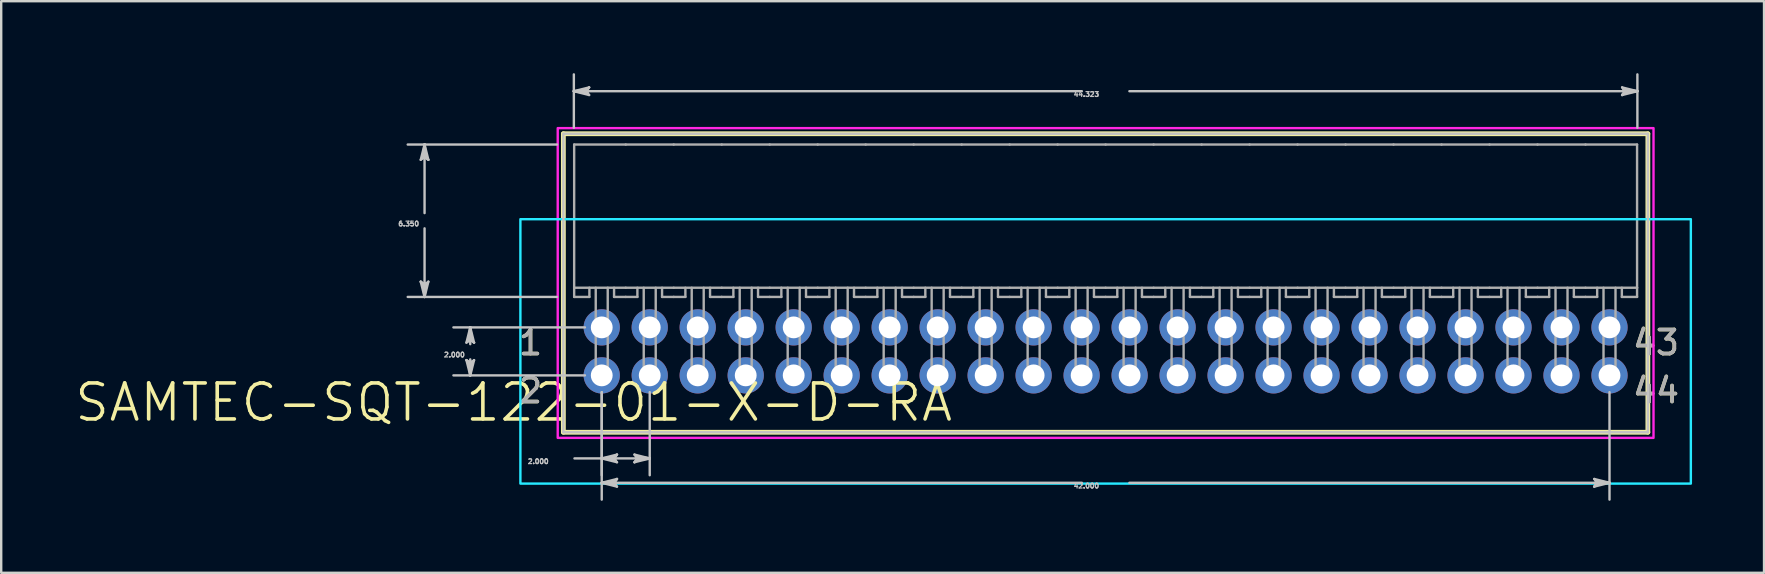
<source format=kicad_pcb>
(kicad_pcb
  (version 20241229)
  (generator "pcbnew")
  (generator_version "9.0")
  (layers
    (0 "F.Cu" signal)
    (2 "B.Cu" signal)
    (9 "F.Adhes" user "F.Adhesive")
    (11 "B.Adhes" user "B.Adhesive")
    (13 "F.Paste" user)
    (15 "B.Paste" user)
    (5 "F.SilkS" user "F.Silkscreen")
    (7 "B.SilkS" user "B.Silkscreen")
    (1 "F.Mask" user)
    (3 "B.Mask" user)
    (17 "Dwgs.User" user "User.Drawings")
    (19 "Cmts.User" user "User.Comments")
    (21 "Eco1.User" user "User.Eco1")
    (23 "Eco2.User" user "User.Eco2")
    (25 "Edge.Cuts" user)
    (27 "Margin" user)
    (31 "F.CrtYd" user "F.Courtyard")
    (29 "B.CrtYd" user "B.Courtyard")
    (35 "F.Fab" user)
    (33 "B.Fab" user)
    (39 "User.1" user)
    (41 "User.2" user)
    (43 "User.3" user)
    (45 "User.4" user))
  (footprint "SAMTEC-SQT-122-01-X-D-RA"
    (layer "F.Cu")
    (at 43.028 6.149)
    (property "Reference" "SAMTEC-SQT-122-01-X-D-RA" (at -24.668 7.574 0) (layer "F.SilkS") (effects (font (size 1.5 1.5) (thickness 0.15))))
    (attr through_hole)
    (fp_circle (center -21 4.445) (end -20.194 4.445) (stroke (width 0) (type solid)) (fill yes) (layer "F.Mask"))
    (fp_circle (center -21 6.445) (end -20.194 6.445) (stroke (width 0) (type solid)) (fill yes) (layer "F.Mask"))
    (fp_circle (center -19 4.445) (end -18.194 4.445) (stroke (width 0) (type solid)) (fill yes) (layer "F.Mask"))
    (fp_circle (center -19 6.445) (end -18.194 6.445) (stroke (width 0) (type solid)) (fill yes) (layer "F.Mask"))
    (fp_circle (center -17 4.445) (end -16.194 4.445) (stroke (width 0) (type solid)) (fill yes) (layer "F.Mask"))
    (fp_circle (center -17 6.445) (end -16.194 6.445) (stroke (width 0) (type solid)) (fill yes) (layer "F.Mask"))
    (fp_circle (center -15 4.445) (end -14.194 4.445) (stroke (width 0) (type solid)) (fill yes) (layer "F.Mask"))
    (fp_circle (center -15 6.445) (end -14.194 6.445) (stroke (width 0) (type solid)) (fill yes) (layer "F.Mask"))
    (fp_circle (center -13 4.445) (end -12.194 4.445) (stroke (width 0) (type solid)) (fill yes) (layer "F.Mask"))
    (fp_circle (center -13 6.445) (end -12.194 6.445) (stroke (width 0) (type solid)) (fill yes) (layer "F.Mask"))
    (fp_circle (center -11 4.445) (end -10.194 4.445) (stroke (width 0) (type solid)) (fill yes) (layer "F.Mask"))
    (fp_circle (center -11 6.445) (end -10.194 6.445) (stroke (width 0) (type solid)) (fill yes) (layer "F.Mask"))
    (fp_circle (center -9 4.445) (end -8.194 4.445) (stroke (width 0) (type solid)) (fill yes) (layer "F.Mask"))
    (fp_circle (center -9 6.445) (end -8.194 6.445) (stroke (width 0) (type solid)) (fill yes) (layer "F.Mask"))
    (fp_circle (center -7 4.445) (end -6.194 4.445) (stroke (width 0) (type solid)) (fill yes) (layer "F.Mask"))
    (fp_circle (center -7 6.445) (end -6.194 6.445) (stroke (width 0) (type solid)) (fill yes) (layer "F.Mask"))
    (fp_circle (center -5 4.445) (end -4.194 4.445) (stroke (width 0) (type solid)) (fill yes) (layer "F.Mask"))
    (fp_circle (center -5 6.445) (end -4.194 6.445) (stroke (width 0) (type solid)) (fill yes) (layer "F.Mask"))
    (fp_circle (center -3 4.445) (end -2.194 4.445) (stroke (width 0) (type solid)) (fill yes) (layer "F.Mask"))
    (fp_circle (center -3 6.445) (end -2.194 6.445) (stroke (width 0) (type solid)) (fill yes) (layer "F.Mask"))
    (fp_circle (center -1 4.445) (end -0.194 4.445) (stroke (width 0) (type solid)) (fill yes) (layer "F.Mask"))
    (fp_circle (center -1 6.445) (end -0.194 6.445) (stroke (width 0) (type solid)) (fill yes) (layer "F.Mask"))
    (fp_circle (center 1 4.445) (end 1.806 4.445) (stroke (width 0) (type solid)) (fill yes) (layer "F.Mask"))
    (fp_circle (center 1 6.445) (end 1.806 6.445) (stroke (width 0) (type solid)) (fill yes) (layer "F.Mask"))
    (fp_circle (center 3 4.445) (end 3.806 4.445) (stroke (width 0) (type solid)) (fill yes) (layer "F.Mask"))
    (fp_circle (center 3 6.445) (end 3.806 6.445) (stroke (width 0) (type solid)) (fill yes) (layer "F.Mask"))
    (fp_circle (center 5 4.445) (end 5.806 4.445) (stroke (width 0) (type solid)) (fill yes) (layer "F.Mask"))
    (fp_circle (center 5 6.445) (end 5.806 6.445) (stroke (width 0) (type solid)) (fill yes) (layer "F.Mask"))
    (fp_circle (center 7 4.445) (end 7.806 4.445) (stroke (width 0) (type solid)) (fill yes) (layer "F.Mask"))
    (fp_circle (center 7 6.445) (end 7.806 6.445) (stroke (width 0) (type solid)) (fill yes) (layer "F.Mask"))
    (fp_circle (center 9 4.445) (end 9.806 4.445) (stroke (width 0) (type solid)) (fill yes) (layer "F.Mask"))
    (fp_circle (center 9 6.445) (end 9.806 6.445) (stroke (width 0) (type solid)) (fill yes) (layer "F.Mask"))
    (fp_circle (center 11 4.445) (end 11.806 4.445) (stroke (width 0) (type solid)) (fill yes) (layer "F.Mask"))
    (fp_circle (center 11 6.445) (end 11.806 6.445) (stroke (width 0) (type solid)) (fill yes) (layer "F.Mask"))
    (fp_circle (center 13 4.445) (end 13.806 4.445) (stroke (width 0) (type solid)) (fill yes) (layer "F.Mask"))
    (fp_circle (center 13 6.445) (end 13.806 6.445) (stroke (width 0) (type solid)) (fill yes) (layer "F.Mask"))
    (fp_circle (center 15 4.445) (end 15.806 4.445) (stroke (width 0) (type solid)) (fill yes) (layer "F.Mask"))
    (fp_circle (center 15 6.445) (end 15.806 6.445) (stroke (width 0) (type solid)) (fill yes) (layer "F.Mask"))
    (fp_circle (center 17 4.445) (end 17.806 4.445) (stroke (width 0) (type solid)) (fill yes) (layer "F.Mask"))
    (fp_circle (center 17 6.445) (end 17.806 6.445) (stroke (width 0) (type solid)) (fill yes) (layer "F.Mask"))
    (fp_circle (center 19 4.445) (end 19.806 4.445) (stroke (width 0) (type solid)) (fill yes) (layer "F.Mask"))
    (fp_circle (center 19 6.445) (end 19.806 6.445) (stroke (width 0) (type solid)) (fill yes) (layer "F.Mask"))
    (fp_circle (center 21 4.445) (end 21.806 4.445) (stroke (width 0) (type solid)) (fill yes) (layer "F.Mask"))
    (fp_circle (center 21 6.445) (end 21.806 6.445) (stroke (width 0) (type solid)) (fill yes) (layer "F.Mask"))
    (fp_circle (center -21 4.445) (end -20.194 4.445) (stroke (width 0) (type solid)) (fill yes) (layer "B.Mask"))
    (fp_circle (center -21 6.445) (end -20.194 6.445) (stroke (width 0) (type solid)) (fill yes) (layer "B.Mask"))
    (fp_circle (center -19 4.445) (end -18.194 4.445) (stroke (width 0) (type solid)) (fill yes) (layer "B.Mask"))
    (fp_circle (center -19 6.445) (end -18.194 6.445) (stroke (width 0) (type solid)) (fill yes) (layer "B.Mask"))
    (fp_circle (center -17 4.445) (end -16.194 4.445) (stroke (width 0) (type solid)) (fill yes) (layer "B.Mask"))
    (fp_circle (center -17 6.445) (end -16.194 6.445) (stroke (width 0) (type solid)) (fill yes) (layer "B.Mask"))
    (fp_circle (center -15 4.445) (end -14.194 4.445) (stroke (width 0) (type solid)) (fill yes) (layer "B.Mask"))
    (fp_circle (center -15 6.445) (end -14.194 6.445) (stroke (width 0) (type solid)) (fill yes) (layer "B.Mask"))
    (fp_circle (center -13 4.445) (end -12.194 4.445) (stroke (width 0) (type solid)) (fill yes) (layer "B.Mask"))
    (fp_circle (center -13 6.445) (end -12.194 6.445) (stroke (width 0) (type solid)) (fill yes) (layer "B.Mask"))
    (fp_circle (center -11 4.445) (end -10.194 4.445) (stroke (width 0) (type solid)) (fill yes) (layer "B.Mask"))
    (fp_circle (center -11 6.445) (end -10.194 6.445) (stroke (width 0) (type solid)) (fill yes) (layer "B.Mask"))
    (fp_circle (center -9 4.445) (end -8.194 4.445) (stroke (width 0) (type solid)) (fill yes) (layer "B.Mask"))
    (fp_circle (center -9 6.445) (end -8.194 6.445) (stroke (width 0) (type solid)) (fill yes) (layer "B.Mask"))
    (fp_circle (center -7 4.445) (end -6.194 4.445) (stroke (width 0) (type solid)) (fill yes) (layer "B.Mask"))
    (fp_circle (center -7 6.445) (end -6.194 6.445) (stroke (width 0) (type solid)) (fill yes) (layer "B.Mask"))
    (fp_circle (center -5 4.445) (end -4.194 4.445) (stroke (width 0) (type solid)) (fill yes) (layer "B.Mask"))
    (fp_circle (center -5 6.445) (end -4.194 6.445) (stroke (width 0) (type solid)) (fill yes) (layer "B.Mask"))
    (fp_circle (center -3 4.445) (end -2.194 4.445) (stroke (width 0) (type solid)) (fill yes) (layer "B.Mask"))
    (fp_circle (center -3 6.445) (end -2.194 6.445) (stroke (width 0) (type solid)) (fill yes) (layer "B.Mask"))
    (fp_circle (center -1 4.445) (end -0.194 4.445) (stroke (width 0) (type solid)) (fill yes) (layer "B.Mask"))
    (fp_circle (center -1 6.445) (end -0.194 6.445) (stroke (width 0) (type solid)) (fill yes) (layer "B.Mask"))
    (fp_circle (center 1 4.445) (end 1.806 4.445) (stroke (width 0) (type solid)) (fill yes) (layer "B.Mask"))
    (fp_circle (center 1 6.445) (end 1.806 6.445) (stroke (width 0) (type solid)) (fill yes) (layer "B.Mask"))
    (fp_circle (center 3 4.445) (end 3.806 4.445) (stroke (width 0) (type solid)) (fill yes) (layer "B.Mask"))
    (fp_circle (center 3 6.445) (end 3.806 6.445) (stroke (width 0) (type solid)) (fill yes) (layer "B.Mask"))
    (fp_circle (center 5 4.445) (end 5.806 4.445) (stroke (width 0) (type solid)) (fill yes) (layer "B.Mask"))
    (fp_circle (center 5 6.445) (end 5.806 6.445) (stroke (width 0) (type solid)) (fill yes) (layer "B.Mask"))
    (fp_circle (center 7 4.445) (end 7.806 4.445) (stroke (width 0) (type solid)) (fill yes) (layer "B.Mask"))
    (fp_circle (center 7 6.445) (end 7.806 6.445) (stroke (width 0) (type solid)) (fill yes) (layer "B.Mask"))
    (fp_circle (center 9 4.445) (end 9.806 4.445) (stroke (width 0) (type solid)) (fill yes) (layer "B.Mask"))
    (fp_circle (center 9 6.445) (end 9.806 6.445) (stroke (width 0) (type solid)) (fill yes) (layer "B.Mask"))
    (fp_circle (center 11 4.445) (end 11.806 4.445) (stroke (width 0) (type solid)) (fill yes) (layer "B.Mask"))
    (fp_circle (center 11 6.445) (end 11.806 6.445) (stroke (width 0) (type solid)) (fill yes) (layer "B.Mask"))
    (fp_circle (center 13 4.445) (end 13.806 4.445) (stroke (width 0) (type solid)) (fill yes) (layer "B.Mask"))
    (fp_circle (center 13 6.445) (end 13.806 6.445) (stroke (width 0) (type solid)) (fill yes) (layer "B.Mask"))
    (fp_circle (center 15 4.445) (end 15.806 4.445) (stroke (width 0) (type solid)) (fill yes) (layer "B.Mask"))
    (fp_circle (center 15 6.445) (end 15.806 6.445) (stroke (width 0) (type solid)) (fill yes) (layer "B.Mask"))
    (fp_circle (center 17 4.445) (end 17.806 4.445) (stroke (width 0) (type solid)) (fill yes) (layer "B.Mask"))
    (fp_circle (center 17 6.445) (end 17.806 6.445) (stroke (width 0) (type solid)) (fill yes) (layer "B.Mask"))
    (fp_circle (center 19 4.445) (end 19.806 4.445) (stroke (width 0) (type solid)) (fill yes) (layer "B.Mask"))
    (fp_circle (center 19 6.445) (end 19.806 6.445) (stroke (width 0) (type solid)) (fill yes) (layer "B.Mask"))
    (fp_circle (center 21 4.445) (end 21.806 4.445) (stroke (width 0) (type solid)) (fill yes) (layer "B.Mask"))
    (fp_circle (center 21 6.445) (end 21.806 6.445) (stroke (width 0) (type solid)) (fill yes) (layer "B.Mask"))
    (fp_line (start -22.599 -3.625) (end -22.599 8.815) (stroke (width 0.2) (type solid)) (layer "F.SilkS"))
    (fp_line (start -22.599 8.815) (end 22.599 8.815) (stroke (width 0.2) (type solid)) (layer "F.SilkS"))
    (fp_line (start 22.599 -3.625) (end -22.599 -3.625) (stroke (width 0.2) (type solid)) (layer "F.SilkS"))
    (fp_line (start 22.599 8.815) (end 22.599 -3.625) (stroke (width 0.2) (type solid)) (layer "F.SilkS"))
    (fp_poly (pts (xy -21.255 7.425) (xy -21.255 8.415) (xy -20.745 8.415) (xy -20.745 7.425) (xy -20.744 7.414) (xy -20.743 7.402) (xy -20.741 7.391) (xy -20.737 7.381) (xy -20.733 7.37) (xy -20.728 7.36) (xy -20.721 7.35) (xy -20.715 7.341) (xy -20.707 7.333) (xy -20.699 7.325) (xy -20.69 7.319) (xy -20.68 7.312) (xy -20.67 7.307) (xy -20.66 7.303) (xy -20.649 7.299) (xy -20.638 7.297) (xy -20.626 7.295) (xy -20.615 7.295) (xy -20.15 7.295) (xy -20.15 5.595) (xy -21.85 5.595) (xy -21.85 7.295) (xy -21.385 7.295) (xy -21.374 7.295) (xy -21.362 7.297) (xy -21.351 7.299) (xy -21.34 7.303) (xy -21.33 7.307) (xy -21.32 7.312) (xy -21.31 7.319) (xy -21.301 7.325) (xy -21.293 7.333) (xy -21.285 7.341) (xy -21.279 7.35) (xy -21.272 7.36) (xy -21.267 7.37) (xy -21.263 7.381) (xy -21.259 7.391) (xy -21.257 7.402) (xy -21.256 7.414) (xy -21.255 7.425)) (stroke (width 0) (type solid)) (fill yes) (layer "F.Paste"))
    (fp_poly (pts (xy -20.745 3.465) (xy -20.745 2.475) (xy -21.255 2.475) (xy -21.255 3.465) (xy -21.256 3.476) (xy -21.257 3.488) (xy -21.259 3.499) (xy -21.263 3.509) (xy -21.267 3.52) (xy -21.272 3.53) (xy -21.279 3.54) (xy -21.285 3.549) (xy -21.293 3.557) (xy -21.301 3.565) (xy -21.31 3.571) (xy -21.32 3.578) (xy -21.33 3.583) (xy -21.34 3.587) (xy -21.351 3.591) (xy -21.362 3.593) (xy -21.374 3.595) (xy -21.385 3.595) (xy -21.85 3.595) (xy -21.85 5.295) (xy -20.15 5.295) (xy -20.15 3.595) (xy -20.615 3.595) (xy -20.626 3.595) (xy -20.638 3.593) (xy -20.649 3.591) (xy -20.66 3.587) (xy -20.67 3.583) (xy -20.68 3.578) (xy -20.69 3.571) (xy -20.699 3.565) (xy -20.707 3.557) (xy -20.715 3.549) (xy -20.721 3.54) (xy -20.728 3.53) (xy -20.733 3.52) (xy -20.737 3.509) (xy -20.741 3.499) (xy -20.743 3.488) (xy -20.744 3.476) (xy -20.745 3.465)) (stroke (width 0) (type solid)) (fill yes) (layer "F.Paste"))
    (fp_poly (pts (xy -19.255 7.425) (xy -19.255 8.415) (xy -18.745 8.415) (xy -18.745 7.425) (xy -18.744 7.414) (xy -18.743 7.402) (xy -18.741 7.391) (xy -18.737 7.381) (xy -18.733 7.37) (xy -18.728 7.36) (xy -18.721 7.35) (xy -18.715 7.341) (xy -18.707 7.333) (xy -18.699 7.325) (xy -18.69 7.319) (xy -18.68 7.312) (xy -18.67 7.307) (xy -18.66 7.303) (xy -18.649 7.299) (xy -18.638 7.297) (xy -18.626 7.295) (xy -18.615 7.295) (xy -18.15 7.295) (xy -18.15 5.595) (xy -19.85 5.595) (xy -19.85 7.295) (xy -19.385 7.295) (xy -19.374 7.295) (xy -19.362 7.297) (xy -19.351 7.299) (xy -19.34 7.303) (xy -19.33 7.307) (xy -19.32 7.312) (xy -19.31 7.319) (xy -19.301 7.325) (xy -19.293 7.333) (xy -19.285 7.341) (xy -19.279 7.35) (xy -19.272 7.36) (xy -19.267 7.37) (xy -19.263 7.381) (xy -19.259 7.391) (xy -19.257 7.402) (xy -19.256 7.414) (xy -19.255 7.425)) (stroke (width 0) (type solid)) (fill yes) (layer "F.Paste"))
    (fp_poly (pts (xy -18.745 3.465) (xy -18.745 2.475) (xy -19.255 2.475) (xy -19.255 3.465) (xy -19.256 3.476) (xy -19.257 3.488) (xy -19.259 3.499) (xy -19.263 3.509) (xy -19.267 3.52) (xy -19.272 3.53) (xy -19.279 3.54) (xy -19.285 3.549) (xy -19.293 3.557) (xy -19.301 3.565) (xy -19.31 3.571) (xy -19.32 3.578) (xy -19.33 3.583) (xy -19.34 3.587) (xy -19.351 3.591) (xy -19.362 3.593) (xy -19.374 3.595) (xy -19.385 3.595) (xy -19.85 3.595) (xy -19.85 5.295) (xy -18.15 5.295) (xy -18.15 3.595) (xy -18.615 3.595) (xy -18.626 3.595) (xy -18.638 3.593) (xy -18.649 3.591) (xy -18.66 3.587) (xy -18.67 3.583) (xy -18.68 3.578) (xy -18.69 3.571) (xy -18.699 3.565) (xy -18.707 3.557) (xy -18.715 3.549) (xy -18.721 3.54) (xy -18.728 3.53) (xy -18.733 3.52) (xy -18.737 3.509) (xy -18.741 3.499) (xy -18.743 3.488) (xy -18.744 3.476) (xy -18.745 3.465)) (stroke (width 0) (type solid)) (fill yes) (layer "F.Paste"))
    (fp_poly (pts (xy -17.255 7.425) (xy -17.255 8.415) (xy -16.745 8.415) (xy -16.745 7.425) (xy -16.744 7.414) (xy -16.743 7.402) (xy -16.741 7.391) (xy -16.737 7.381) (xy -16.733 7.37) (xy -16.728 7.36) (xy -16.721 7.35) (xy -16.715 7.341) (xy -16.707 7.333) (xy -16.699 7.325) (xy -16.69 7.319) (xy -16.68 7.312) (xy -16.67 7.307) (xy -16.66 7.303) (xy -16.649 7.299) (xy -16.638 7.297) (xy -16.626 7.295) (xy -16.615 7.295) (xy -16.15 7.295) (xy -16.15 5.595) (xy -17.85 5.595) (xy -17.85 7.295) (xy -17.385 7.295) (xy -17.374 7.295) (xy -17.362 7.297) (xy -17.351 7.299) (xy -17.34 7.303) (xy -17.33 7.307) (xy -17.32 7.312) (xy -17.31 7.319) (xy -17.301 7.325) (xy -17.293 7.333) (xy -17.285 7.341) (xy -17.279 7.35) (xy -17.272 7.36) (xy -17.267 7.37) (xy -17.263 7.381) (xy -17.259 7.391) (xy -17.257 7.402) (xy -17.256 7.414) (xy -17.255 7.425)) (stroke (width 0) (type solid)) (fill yes) (layer "F.Paste"))
    (fp_poly (pts (xy -16.745 3.465) (xy -16.745 2.475) (xy -17.255 2.475) (xy -17.255 3.465) (xy -17.256 3.476) (xy -17.257 3.488) (xy -17.259 3.499) (xy -17.263 3.509) (xy -17.267 3.52) (xy -17.272 3.53) (xy -17.279 3.54) (xy -17.285 3.549) (xy -17.293 3.557) (xy -17.301 3.565) (xy -17.31 3.571) (xy -17.32 3.578) (xy -17.33 3.583) (xy -17.34 3.587) (xy -17.351 3.591) (xy -17.362 3.593) (xy -17.374 3.595) (xy -17.385 3.595) (xy -17.85 3.595) (xy -17.85 5.295) (xy -16.15 5.295) (xy -16.15 3.595) (xy -16.615 3.595) (xy -16.626 3.595) (xy -16.638 3.593) (xy -16.649 3.591) (xy -16.66 3.587) (xy -16.67 3.583) (xy -16.68 3.578) (xy -16.69 3.571) (xy -16.699 3.565) (xy -16.707 3.557) (xy -16.715 3.549) (xy -16.721 3.54) (xy -16.728 3.53) (xy -16.733 3.52) (xy -16.737 3.509) (xy -16.741 3.499) (xy -16.743 3.488) (xy -16.744 3.476) (xy -16.745 3.465)) (stroke (width 0) (type solid)) (fill yes) (layer "F.Paste"))
    (fp_poly (pts (xy -15.255 7.425) (xy -15.255 8.415) (xy -14.745 8.415) (xy -14.745 7.425) (xy -14.745 7.414) (xy -14.743 7.402) (xy -14.741 7.391) (xy -14.737 7.381) (xy -14.733 7.37) (xy -14.728 7.36) (xy -14.722 7.35) (xy -14.715 7.341) (xy -14.707 7.333) (xy -14.699 7.325) (xy -14.69 7.319) (xy -14.68 7.312) (xy -14.67 7.307) (xy -14.659 7.303) (xy -14.649 7.299) (xy -14.638 7.297) (xy -14.626 7.295) (xy -14.615 7.295) (xy -14.15 7.295) (xy -14.15 5.595) (xy -15.85 5.595) (xy -15.85 7.295) (xy -15.385 7.295) (xy -15.374 7.295) (xy -15.362 7.297) (xy -15.351 7.299) (xy -15.341 7.303) (xy -15.33 7.307) (xy -15.32 7.312) (xy -15.31 7.319) (xy -15.301 7.325) (xy -15.293 7.333) (xy -15.285 7.341) (xy -15.278 7.35) (xy -15.272 7.36) (xy -15.267 7.37) (xy -15.263 7.381) (xy -15.259 7.391) (xy -15.257 7.402) (xy -15.255 7.414) (xy -15.255 7.425)) (stroke (width 0) (type solid)) (fill yes) (layer "F.Paste"))
    (fp_poly (pts (xy -14.745 3.465) (xy -14.745 2.475) (xy -15.255 2.475) (xy -15.255 3.465) (xy -15.255 3.476) (xy -15.257 3.488) (xy -15.259 3.499) (xy -15.263 3.509) (xy -15.267 3.52) (xy -15.272 3.53) (xy -15.278 3.54) (xy -15.285 3.549) (xy -15.293 3.557) (xy -15.301 3.565) (xy -15.31 3.571) (xy -15.32 3.578) (xy -15.33 3.583) (xy -15.341 3.587) (xy -15.351 3.591) (xy -15.362 3.593) (xy -15.374 3.595) (xy -15.385 3.595) (xy -15.85 3.595) (xy -15.85 5.295) (xy -14.15 5.295) (xy -14.15 3.595) (xy -14.615 3.595) (xy -14.626 3.595) (xy -14.638 3.593) (xy -14.649 3.591) (xy -14.659 3.587) (xy -14.67 3.583) (xy -14.68 3.578) (xy -14.69 3.571) (xy -14.699 3.565) (xy -14.707 3.557) (xy -14.715 3.549) (xy -14.722 3.54) (xy -14.728 3.53) (xy -14.733 3.52) (xy -14.737 3.509) (xy -14.741 3.499) (xy -14.743 3.488) (xy -14.745 3.476) (xy -14.745 3.465)) (stroke (width 0) (type solid)) (fill yes) (layer "F.Paste"))
    (fp_poly (pts (xy -13.255 7.425) (xy -13.255 8.415) (xy -12.745 8.415) (xy -12.745 7.425) (xy -12.745 7.414) (xy -12.743 7.402) (xy -12.741 7.391) (xy -12.737 7.381) (xy -12.733 7.37) (xy -12.728 7.36) (xy -12.722 7.35) (xy -12.715 7.341) (xy -12.707 7.333) (xy -12.699 7.325) (xy -12.69 7.319) (xy -12.68 7.312) (xy -12.67 7.307) (xy -12.659 7.303) (xy -12.649 7.299) (xy -12.638 7.297) (xy -12.626 7.295) (xy -12.615 7.295) (xy -12.15 7.295) (xy -12.15 5.595) (xy -13.85 5.595) (xy -13.85 7.295) (xy -13.385 7.295) (xy -13.374 7.295) (xy -13.362 7.297) (xy -13.351 7.299) (xy -13.341 7.303) (xy -13.33 7.307) (xy -13.32 7.312) (xy -13.31 7.319) (xy -13.301 7.325) (xy -13.293 7.333) (xy -13.285 7.341) (xy -13.278 7.35) (xy -13.272 7.36) (xy -13.267 7.37) (xy -13.263 7.381) (xy -13.259 7.391) (xy -13.257 7.402) (xy -13.255 7.414) (xy -13.255 7.425)) (stroke (width 0) (type solid)) (fill yes) (layer "F.Paste"))
    (fp_poly (pts (xy -12.745 3.465) (xy -12.745 2.475) (xy -13.255 2.475) (xy -13.255 3.465) (xy -13.255 3.476) (xy -13.257 3.488) (xy -13.259 3.499) (xy -13.263 3.509) (xy -13.267 3.52) (xy -13.272 3.53) (xy -13.278 3.54) (xy -13.285 3.549) (xy -13.293 3.557) (xy -13.301 3.565) (xy -13.31 3.571) (xy -13.32 3.578) (xy -13.33 3.583) (xy -13.341 3.587) (xy -13.351 3.591) (xy -13.362 3.593) (xy -13.374 3.595) (xy -13.385 3.595) (xy -13.85 3.595) (xy -13.85 5.295) (xy -12.15 5.295) (xy -12.15 3.595) (xy -12.615 3.595) (xy -12.626 3.595) (xy -12.638 3.593) (xy -12.649 3.591) (xy -12.659 3.587) (xy -12.67 3.583) (xy -12.68 3.578) (xy -12.69 3.571) (xy -12.699 3.565) (xy -12.707 3.557) (xy -12.715 3.549) (xy -12.722 3.54) (xy -12.728 3.53) (xy -12.733 3.52) (xy -12.737 3.509) (xy -12.741 3.499) (xy -12.743 3.488) (xy -12.745 3.476) (xy -12.745 3.465)) (stroke (width 0) (type solid)) (fill yes) (layer "F.Paste"))
    (fp_poly (pts (xy -11.255 7.425) (xy -11.255 8.415) (xy -10.745 8.415) (xy -10.745 7.425) (xy -10.745 7.414) (xy -10.743 7.402) (xy -10.741 7.391) (xy -10.737 7.381) (xy -10.733 7.37) (xy -10.728 7.36) (xy -10.722 7.35) (xy -10.715 7.341) (xy -10.707 7.333) (xy -10.699 7.325) (xy -10.69 7.319) (xy -10.68 7.312) (xy -10.67 7.307) (xy -10.659 7.303) (xy -10.649 7.299) (xy -10.638 7.297) (xy -10.626 7.295) (xy -10.615 7.295) (xy -10.15 7.295) (xy -10.15 5.595) (xy -11.85 5.595) (xy -11.85 7.295) (xy -11.385 7.295) (xy -11.374 7.295) (xy -11.362 7.297) (xy -11.351 7.299) (xy -11.341 7.303) (xy -11.33 7.307) (xy -11.32 7.312) (xy -11.31 7.319) (xy -11.301 7.325) (xy -11.293 7.333) (xy -11.285 7.341) (xy -11.278 7.35) (xy -11.272 7.36) (xy -11.267 7.37) (xy -11.263 7.381) (xy -11.259 7.391) (xy -11.257 7.402) (xy -11.255 7.414) (xy -11.255 7.425)) (stroke (width 0) (type solid)) (fill yes) (layer "F.Paste"))
    (fp_poly (pts (xy -10.745 3.465) (xy -10.745 2.475) (xy -11.255 2.475) (xy -11.255 3.465) (xy -11.255 3.476) (xy -11.257 3.488) (xy -11.259 3.499) (xy -11.263 3.509) (xy -11.267 3.52) (xy -11.272 3.53) (xy -11.278 3.54) (xy -11.285 3.549) (xy -11.293 3.557) (xy -11.301 3.565) (xy -11.31 3.571) (xy -11.32 3.578) (xy -11.33 3.583) (xy -11.341 3.587) (xy -11.351 3.591) (xy -11.362 3.593) (xy -11.374 3.595) (xy -11.385 3.595) (xy -11.85 3.595) (xy -11.85 5.295) (xy -10.15 5.295) (xy -10.15 3.595) (xy -10.615 3.595) (xy -10.626 3.595) (xy -10.638 3.593) (xy -10.649 3.591) (xy -10.659 3.587) (xy -10.67 3.583) (xy -10.68 3.578) (xy -10.69 3.571) (xy -10.699 3.565) (xy -10.707 3.557) (xy -10.715 3.549) (xy -10.722 3.54) (xy -10.728 3.53) (xy -10.733 3.52) (xy -10.737 3.509) (xy -10.741 3.499) (xy -10.743 3.488) (xy -10.745 3.476) (xy -10.745 3.465)) (stroke (width 0) (type solid)) (fill yes) (layer "F.Paste"))
    (fp_poly (pts (xy -9.255 7.425) (xy -9.255 8.415) (xy -8.745 8.415) (xy -8.745 7.425) (xy -8.745 7.414) (xy -8.743 7.402) (xy -8.741 7.391) (xy -8.737 7.381) (xy -8.733 7.37) (xy -8.728 7.36) (xy -8.721 7.35) (xy -8.715 7.341) (xy -8.707 7.333) (xy -8.699 7.325) (xy -8.69 7.319) (xy -8.68 7.312) (xy -8.67 7.307) (xy -8.659 7.303) (xy -8.649 7.299) (xy -8.638 7.297) (xy -8.626 7.295) (xy -8.615 7.295) (xy -8.15 7.295) (xy -8.15 5.595) (xy -9.85 5.595) (xy -9.85 7.295) (xy -9.385 7.295) (xy -9.374 7.295) (xy -9.362 7.297) (xy -9.351 7.299) (xy -9.341 7.303) (xy -9.33 7.307) (xy -9.32 7.312) (xy -9.31 7.319) (xy -9.301 7.325) (xy -9.293 7.333) (xy -9.285 7.341) (xy -9.279 7.35) (xy -9.272 7.36) (xy -9.267 7.37) (xy -9.263 7.381) (xy -9.259 7.391) (xy -9.257 7.402) (xy -9.255 7.414) (xy -9.255 7.425)) (stroke (width 0) (type solid)) (fill yes) (layer "F.Paste"))
    (fp_poly (pts (xy -8.745 3.465) (xy -8.745 2.475) (xy -9.255 2.475) (xy -9.255 3.465) (xy -9.255 3.476) (xy -9.257 3.488) (xy -9.259 3.499) (xy -9.263 3.509) (xy -9.267 3.52) (xy -9.272 3.53) (xy -9.279 3.54) (xy -9.285 3.549) (xy -9.293 3.557) (xy -9.301 3.565) (xy -9.31 3.571) (xy -9.32 3.578) (xy -9.33 3.583) (xy -9.341 3.587) (xy -9.351 3.591) (xy -9.362 3.593) (xy -9.374 3.595) (xy -9.385 3.595) (xy -9.85 3.595) (xy -9.85 5.295) (xy -8.15 5.295) (xy -8.15 3.595) (xy -8.615 3.595) (xy -8.626 3.595) (xy -8.638 3.593) (xy -8.649 3.591) (xy -8.659 3.587) (xy -8.67 3.583) (xy -8.68 3.578) (xy -8.69 3.571) (xy -8.699 3.565) (xy -8.707 3.557) (xy -8.715 3.549) (xy -8.721 3.54) (xy -8.728 3.53) (xy -8.733 3.52) (xy -8.737 3.509) (xy -8.741 3.499) (xy -8.743 3.488) (xy -8.745 3.476) (xy -8.745 3.465)) (stroke (width 0) (type solid)) (fill yes) (layer "F.Paste"))
    (fp_poly (pts (xy -7.255 7.425) (xy -7.255 8.415) (xy -6.745 8.415) (xy -6.745 7.425) (xy -6.745 7.414) (xy -6.743 7.402) (xy -6.741 7.391) (xy -6.737 7.381) (xy -6.733 7.37) (xy -6.728 7.36) (xy -6.721 7.35) (xy -6.715 7.341) (xy -6.707 7.333) (xy -6.699 7.325) (xy -6.69 7.319) (xy -6.68 7.312) (xy -6.67 7.307) (xy -6.659 7.303) (xy -6.649 7.299) (xy -6.638 7.297) (xy -6.626 7.295) (xy -6.615 7.295) (xy -6.15 7.295) (xy -6.15 5.595) (xy -7.85 5.595) (xy -7.85 7.295) (xy -7.385 7.295) (xy -7.374 7.295) (xy -7.362 7.297) (xy -7.351 7.299) (xy -7.341 7.303) (xy -7.33 7.307) (xy -7.32 7.312) (xy -7.31 7.319) (xy -7.301 7.325) (xy -7.293 7.333) (xy -7.285 7.341) (xy -7.279 7.35) (xy -7.272 7.36) (xy -7.267 7.37) (xy -7.263 7.381) (xy -7.259 7.391) (xy -7.257 7.402) (xy -7.255 7.414) (xy -7.255 7.425)) (stroke (width 0) (type solid)) (fill yes) (layer "F.Paste"))
    (fp_poly (pts (xy -6.745 3.465) (xy -6.745 2.475) (xy -7.255 2.475) (xy -7.255 3.465) (xy -7.255 3.476) (xy -7.257 3.488) (xy -7.259 3.499) (xy -7.263 3.509) (xy -7.267 3.52) (xy -7.272 3.53) (xy -7.279 3.54) (xy -7.285 3.549) (xy -7.293 3.557) (xy -7.301 3.565) (xy -7.31 3.571) (xy -7.32 3.578) (xy -7.33 3.583) (xy -7.341 3.587) (xy -7.351 3.591) (xy -7.362 3.593) (xy -7.374 3.595) (xy -7.385 3.595) (xy -7.85 3.595) (xy -7.85 5.295) (xy -6.15 5.295) (xy -6.15 3.595) (xy -6.615 3.595) (xy -6.626 3.595) (xy -6.638 3.593) (xy -6.649 3.591) (xy -6.659 3.587) (xy -6.67 3.583) (xy -6.68 3.578) (xy -6.69 3.571) (xy -6.699 3.565) (xy -6.707 3.557) (xy -6.715 3.549) (xy -6.721 3.54) (xy -6.728 3.53) (xy -6.733 3.52) (xy -6.737 3.509) (xy -6.741 3.499) (xy -6.743 3.488) (xy -6.745 3.476) (xy -6.745 3.465)) (stroke (width 0) (type solid)) (fill yes) (layer "F.Paste"))
    (fp_poly (pts (xy -5.255 7.425) (xy -5.255 8.415) (xy -4.745 8.415) (xy -4.745 7.425) (xy -4.745 7.414) (xy -4.743 7.402) (xy -4.741 7.391) (xy -4.737 7.381) (xy -4.733 7.37) (xy -4.728 7.36) (xy -4.721 7.35) (xy -4.715 7.341) (xy -4.707 7.333) (xy -4.699 7.325) (xy -4.69 7.319) (xy -4.68 7.312) (xy -4.67 7.307) (xy -4.659 7.303) (xy -4.649 7.299) (xy -4.638 7.297) (xy -4.626 7.295) (xy -4.615 7.295) (xy -4.15 7.295) (xy -4.15 5.595) (xy -5.85 5.595) (xy -5.85 7.295) (xy -5.385 7.295) (xy -5.374 7.295) (xy -5.362 7.297) (xy -5.351 7.299) (xy -5.341 7.303) (xy -5.33 7.307) (xy -5.32 7.312) (xy -5.31 7.319) (xy -5.301 7.325) (xy -5.293 7.333) (xy -5.285 7.341) (xy -5.279 7.35) (xy -5.272 7.36) (xy -5.267 7.37) (xy -5.263 7.381) (xy -5.259 7.391) (xy -5.257 7.402) (xy -5.255 7.414) (xy -5.255 7.425)) (stroke (width 0) (type solid)) (fill yes) (layer "F.Paste"))
    (fp_poly (pts (xy -4.745 3.465) (xy -4.745 2.475) (xy -5.255 2.475) (xy -5.255 3.465) (xy -5.255 3.476) (xy -5.257 3.488) (xy -5.259 3.499) (xy -5.263 3.509) (xy -5.267 3.52) (xy -5.272 3.53) (xy -5.279 3.54) (xy -5.285 3.549) (xy -5.293 3.557) (xy -5.301 3.565) (xy -5.31 3.571) (xy -5.32 3.578) (xy -5.33 3.583) (xy -5.341 3.587) (xy -5.351 3.591) (xy -5.362 3.593) (xy -5.374 3.595) (xy -5.385 3.595) (xy -5.85 3.595) (xy -5.85 5.295) (xy -4.15 5.295) (xy -4.15 3.595) (xy -4.615 3.595) (xy -4.626 3.595) (xy -4.638 3.593) (xy -4.649 3.591) (xy -4.659 3.587) (xy -4.67 3.583) (xy -4.68 3.578) (xy -4.69 3.571) (xy -4.699 3.565) (xy -4.707 3.557) (xy -4.715 3.549) (xy -4.721 3.54) (xy -4.728 3.53) (xy -4.733 3.52) (xy -4.737 3.509) (xy -4.741 3.499) (xy -4.743 3.488) (xy -4.745 3.476) (xy -4.745 3.465)) (stroke (width 0) (type solid)) (fill yes) (layer "F.Paste"))
    (fp_poly (pts (xy -3.255 7.425) (xy -3.255 8.415) (xy -2.745 8.415) (xy -2.745 7.425) (xy -2.745 7.414) (xy -2.743 7.402) (xy -2.741 7.391) (xy -2.737 7.381) (xy -2.733 7.37) (xy -2.728 7.36) (xy -2.721 7.35) (xy -2.715 7.341) (xy -2.707 7.333) (xy -2.699 7.325) (xy -2.69 7.319) (xy -2.68 7.312) (xy -2.67 7.307) (xy -2.659 7.303) (xy -2.649 7.299) (xy -2.638 7.297) (xy -2.626 7.295) (xy -2.615 7.295) (xy -2.15 7.295) (xy -2.15 5.595) (xy -3.85 5.595) (xy -3.85 7.295) (xy -3.385 7.295) (xy -3.374 7.295) (xy -3.362 7.297) (xy -3.351 7.299) (xy -3.341 7.303) (xy -3.33 7.307) (xy -3.32 7.312) (xy -3.31 7.319) (xy -3.301 7.325) (xy -3.293 7.333) (xy -3.285 7.341) (xy -3.279 7.35) (xy -3.272 7.36) (xy -3.267 7.37) (xy -3.263 7.381) (xy -3.259 7.391) (xy -3.257 7.402) (xy -3.255 7.414) (xy -3.255 7.425)) (stroke (width 0) (type solid)) (fill yes) (layer "F.Paste"))
    (fp_poly (pts (xy -2.745 3.465) (xy -2.745 2.475) (xy -3.255 2.475) (xy -3.255 3.465) (xy -3.255 3.476) (xy -3.257 3.488) (xy -3.259 3.499) (xy -3.263 3.509) (xy -3.267 3.52) (xy -3.272 3.53) (xy -3.279 3.54) (xy -3.285 3.549) (xy -3.293 3.557) (xy -3.301 3.565) (xy -3.31 3.571) (xy -3.32 3.578) (xy -3.33 3.583) (xy -3.341 3.587) (xy -3.351 3.591) (xy -3.362 3.593) (xy -3.374 3.595) (xy -3.385 3.595) (xy -3.85 3.595) (xy -3.85 5.295) (xy -2.15 5.295) (xy -2.15 3.595) (xy -2.615 3.595) (xy -2.626 3.595) (xy -2.638 3.593) (xy -2.649 3.591) (xy -2.659 3.587) (xy -2.67 3.583) (xy -2.68 3.578) (xy -2.69 3.571) (xy -2.699 3.565) (xy -2.707 3.557) (xy -2.715 3.549) (xy -2.721 3.54) (xy -2.728 3.53) (xy -2.733 3.52) (xy -2.737 3.509) (xy -2.741 3.499) (xy -2.743 3.488) (xy -2.745 3.476) (xy -2.745 3.465)) (stroke (width 0) (type solid)) (fill yes) (layer "F.Paste"))
    (fp_poly (pts (xy -1.255 7.425) (xy -1.255 8.415) (xy -0.745 8.415) (xy -0.745 7.425) (xy -0.745 7.414) (xy -0.743 7.402) (xy -0.741 7.391) (xy -0.737 7.381) (xy -0.733 7.37) (xy -0.728 7.36) (xy -0.721 7.35) (xy -0.715 7.341) (xy -0.707 7.333) (xy -0.699 7.325) (xy -0.69 7.319) (xy -0.68 7.312) (xy -0.67 7.307) (xy -0.659 7.303) (xy -0.649 7.299) (xy -0.638 7.297) (xy -0.626 7.295) (xy -0.615 7.295) (xy -0.15 7.295) (xy -0.15 5.595) (xy -1.85 5.595) (xy -1.85 7.295) (xy -1.385 7.295) (xy -1.374 7.295) (xy -1.362 7.297) (xy -1.351 7.299) (xy -1.341 7.303) (xy -1.33 7.307) (xy -1.32 7.312) (xy -1.31 7.319) (xy -1.301 7.325) (xy -1.293 7.333) (xy -1.285 7.341) (xy -1.279 7.35) (xy -1.272 7.36) (xy -1.267 7.37) (xy -1.263 7.381) (xy -1.259 7.391) (xy -1.257 7.402) (xy -1.255 7.414) (xy -1.255 7.425)) (stroke (width 0) (type solid)) (fill yes) (layer "F.Paste"))
    (fp_poly (pts (xy -0.745 3.465) (xy -0.745 2.475) (xy -1.255 2.475) (xy -1.255 3.465) (xy -1.256 3.476) (xy -1.257 3.488) (xy -1.259 3.499) (xy -1.263 3.509) (xy -1.267 3.52) (xy -1.272 3.53) (xy -1.279 3.54) (xy -1.285 3.549) (xy -1.293 3.557) (xy -1.301 3.565) (xy -1.31 3.571) (xy -1.32 3.578) (xy -1.33 3.583) (xy -1.341 3.587) (xy -1.351 3.591) (xy -1.362 3.593) (xy -1.374 3.595) (xy -1.385 3.595) (xy -1.85 3.595) (xy -1.85 5.295) (xy -0.15 5.295) (xy -0.15 3.595) (xy -0.615 3.595) (xy -0.626 3.595) (xy -0.638 3.593) (xy -0.649 3.591) (xy -0.659 3.587) (xy -0.67 3.583) (xy -0.68 3.578) (xy -0.69 3.571) (xy -0.699 3.565) (xy -0.707 3.557) (xy -0.715 3.549) (xy -0.721 3.54) (xy -0.728 3.53) (xy -0.733 3.52) (xy -0.737 3.509) (xy -0.741 3.499) (xy -0.743 3.488) (xy -0.745 3.476) (xy -0.745 3.465)) (stroke (width 0) (type solid)) (fill yes) (layer "F.Paste"))
    (fp_poly (pts (xy 0.745 7.425) (xy 0.745 8.415) (xy 1.255 8.415) (xy 1.255 7.425) (xy 1.256 7.414) (xy 1.257 7.402) (xy 1.259 7.391) (xy 1.263 7.381) (xy 1.267 7.37) (xy 1.272 7.36) (xy 1.279 7.35) (xy 1.285 7.341) (xy 1.293 7.333) (xy 1.301 7.325) (xy 1.31 7.319) (xy 1.32 7.312) (xy 1.33 7.307) (xy 1.341 7.303) (xy 1.351 7.299) (xy 1.362 7.297) (xy 1.374 7.295) (xy 1.385 7.295) (xy 1.85 7.295) (xy 1.85 5.595) (xy 0.15 5.595) (xy 0.15 7.295) (xy 0.615 7.295) (xy 0.626 7.295) (xy 0.638 7.297) (xy 0.649 7.299) (xy 0.659 7.303) (xy 0.67 7.307) (xy 0.68 7.312) (xy 0.69 7.319) (xy 0.699 7.325) (xy 0.707 7.333) (xy 0.715 7.341) (xy 0.721 7.35) (xy 0.728 7.36) (xy 0.733 7.37) (xy 0.737 7.381) (xy 0.741 7.391) (xy 0.743 7.402) (xy 0.745 7.414) (xy 0.745 7.425)) (stroke (width 0) (type solid)) (fill yes) (layer "F.Paste"))
    (fp_poly (pts (xy 1.255 3.465) (xy 1.255 2.475) (xy 0.745 2.475) (xy 0.745 3.465) (xy 0.745 3.476) (xy 0.743 3.488) (xy 0.741 3.499) (xy 0.737 3.509) (xy 0.733 3.52) (xy 0.728 3.53) (xy 0.721 3.54) (xy 0.715 3.549) (xy 0.707 3.557) (xy 0.699 3.565) (xy 0.69 3.571) (xy 0.68 3.578) (xy 0.67 3.583) (xy 0.659 3.587) (xy 0.649 3.591) (xy 0.638 3.593) (xy 0.626 3.595) (xy 0.615 3.595) (xy 0.15 3.595) (xy 0.15 5.295) (xy 1.85 5.295) (xy 1.85 3.595) (xy 1.385 3.595) (xy 1.374 3.595) (xy 1.362 3.593) (xy 1.351 3.591) (xy 1.341 3.587) (xy 1.33 3.583) (xy 1.32 3.578) (xy 1.31 3.571) (xy 1.301 3.565) (xy 1.293 3.557) (xy 1.285 3.549) (xy 1.279 3.54) (xy 1.272 3.53) (xy 1.267 3.52) (xy 1.263 3.509) (xy 1.259 3.499) (xy 1.257 3.488) (xy 1.255 3.476) (xy 1.255 3.465)) (stroke (width 0) (type solid)) (fill yes) (layer "F.Paste"))
    (fp_poly (pts (xy 2.745 7.425) (xy 2.745 8.415) (xy 3.255 8.415) (xy 3.255 7.425) (xy 3.255 7.414) (xy 3.257 7.402) (xy 3.259 7.391) (xy 3.263 7.381) (xy 3.267 7.37) (xy 3.272 7.36) (xy 3.279 7.35) (xy 3.285 7.341) (xy 3.293 7.333) (xy 3.301 7.325) (xy 3.31 7.319) (xy 3.32 7.312) (xy 3.33 7.307) (xy 3.341 7.303) (xy 3.351 7.299) (xy 3.362 7.297) (xy 3.374 7.295) (xy 3.385 7.295) (xy 3.85 7.295) (xy 3.85 5.595) (xy 2.15 5.595) (xy 2.15 7.295) (xy 2.615 7.295) (xy 2.626 7.295) (xy 2.638 7.297) (xy 2.649 7.299) (xy 2.659 7.303) (xy 2.67 7.307) (xy 2.68 7.312) (xy 2.69 7.319) (xy 2.699 7.325) (xy 2.707 7.333) (xy 2.715 7.341) (xy 2.721 7.35) (xy 2.728 7.36) (xy 2.733 7.37) (xy 2.737 7.381) (xy 2.741 7.391) (xy 2.743 7.402) (xy 2.745 7.414) (xy 2.745 7.425)) (stroke (width 0) (type solid)) (fill yes) (layer "F.Paste"))
    (fp_poly (pts (xy 3.255 3.465) (xy 3.255 2.475) (xy 2.745 2.475) (xy 2.745 3.465) (xy 2.745 3.476) (xy 2.743 3.488) (xy 2.741 3.499) (xy 2.737 3.509) (xy 2.733 3.52) (xy 2.728 3.53) (xy 2.721 3.54) (xy 2.715 3.549) (xy 2.707 3.557) (xy 2.699 3.565) (xy 2.69 3.571) (xy 2.68 3.578) (xy 2.67 3.583) (xy 2.659 3.587) (xy 2.649 3.591) (xy 2.638 3.593) (xy 2.626 3.595) (xy 2.615 3.595) (xy 2.15 3.595) (xy 2.15 5.295) (xy 3.85 5.295) (xy 3.85 3.595) (xy 3.385 3.595) (xy 3.374 3.595) (xy 3.362 3.593) (xy 3.351 3.591) (xy 3.341 3.587) (xy 3.33 3.583) (xy 3.32 3.578) (xy 3.31 3.571) (xy 3.301 3.565) (xy 3.293 3.557) (xy 3.285 3.549) (xy 3.279 3.54) (xy 3.272 3.53) (xy 3.267 3.52) (xy 3.263 3.509) (xy 3.259 3.499) (xy 3.257 3.488) (xy 3.255 3.476) (xy 3.255 3.465)) (stroke (width 0) (type solid)) (fill yes) (layer "F.Paste"))
    (fp_poly (pts (xy 4.745 7.425) (xy 4.745 8.415) (xy 5.255 8.415) (xy 5.255 7.425) (xy 5.255 7.414) (xy 5.257 7.402) (xy 5.259 7.391) (xy 5.263 7.381) (xy 5.267 7.37) (xy 5.272 7.36) (xy 5.279 7.35) (xy 5.285 7.341) (xy 5.293 7.333) (xy 5.301 7.325) (xy 5.31 7.319) (xy 5.32 7.312) (xy 5.33 7.307) (xy 5.341 7.303) (xy 5.351 7.299) (xy 5.362 7.297) (xy 5.374 7.295) (xy 5.385 7.295) (xy 5.85 7.295) (xy 5.85 5.595) (xy 4.15 5.595) (xy 4.15 7.295) (xy 4.615 7.295) (xy 4.626 7.295) (xy 4.638 7.297) (xy 4.649 7.299) (xy 4.659 7.303) (xy 4.67 7.307) (xy 4.68 7.312) (xy 4.69 7.319) (xy 4.699 7.325) (xy 4.707 7.333) (xy 4.715 7.341) (xy 4.721 7.35) (xy 4.728 7.36) (xy 4.733 7.37) (xy 4.737 7.381) (xy 4.741 7.391) (xy 4.743 7.402) (xy 4.745 7.414) (xy 4.745 7.425)) (stroke (width 0) (type solid)) (fill yes) (layer "F.Paste"))
    (fp_poly (pts (xy 5.255 3.465) (xy 5.255 2.475) (xy 4.745 2.475) (xy 4.745 3.465) (xy 4.745 3.476) (xy 4.743 3.488) (xy 4.741 3.499) (xy 4.737 3.509) (xy 4.733 3.52) (xy 4.728 3.53) (xy 4.721 3.54) (xy 4.715 3.549) (xy 4.707 3.557) (xy 4.699 3.565) (xy 4.69 3.571) (xy 4.68 3.578) (xy 4.67 3.583) (xy 4.659 3.587) (xy 4.649 3.591) (xy 4.638 3.593) (xy 4.626 3.595) (xy 4.615 3.595) (xy 4.15 3.595) (xy 4.15 5.295) (xy 5.85 5.295) (xy 5.85 3.595) (xy 5.385 3.595) (xy 5.374 3.595) (xy 5.362 3.593) (xy 5.351 3.591) (xy 5.341 3.587) (xy 5.33 3.583) (xy 5.32 3.578) (xy 5.31 3.571) (xy 5.301 3.565) (xy 5.293 3.557) (xy 5.285 3.549) (xy 5.279 3.54) (xy 5.272 3.53) (xy 5.267 3.52) (xy 5.263 3.509) (xy 5.259 3.499) (xy 5.257 3.488) (xy 5.255 3.476) (xy 5.255 3.465)) (stroke (width 0) (type solid)) (fill yes) (layer "F.Paste"))
    (fp_poly (pts (xy 6.745 7.425) (xy 6.745 8.415) (xy 7.255 8.415) (xy 7.255 7.425) (xy 7.255 7.414) (xy 7.257 7.402) (xy 7.259 7.391) (xy 7.263 7.381) (xy 7.267 7.37) (xy 7.272 7.36) (xy 7.279 7.35) (xy 7.285 7.341) (xy 7.293 7.333) (xy 7.301 7.325) (xy 7.31 7.319) (xy 7.32 7.312) (xy 7.33 7.307) (xy 7.341 7.303) (xy 7.351 7.299) (xy 7.362 7.297) (xy 7.374 7.295) (xy 7.385 7.295) (xy 7.85 7.295) (xy 7.85 5.595) (xy 6.15 5.595) (xy 6.15 7.295) (xy 6.615 7.295) (xy 6.626 7.295) (xy 6.638 7.297) (xy 6.649 7.299) (xy 6.659 7.303) (xy 6.67 7.307) (xy 6.68 7.312) (xy 6.69 7.319) (xy 6.699 7.325) (xy 6.707 7.333) (xy 6.715 7.341) (xy 6.721 7.35) (xy 6.728 7.36) (xy 6.733 7.37) (xy 6.737 7.381) (xy 6.741 7.391) (xy 6.743 7.402) (xy 6.745 7.414) (xy 6.745 7.425)) (stroke (width 0) (type solid)) (fill yes) (layer "F.Paste"))
    (fp_poly (pts (xy 7.255 3.465) (xy 7.255 2.475) (xy 6.745 2.475) (xy 6.745 3.465) (xy 6.745 3.476) (xy 6.743 3.488) (xy 6.741 3.499) (xy 6.737 3.509) (xy 6.733 3.52) (xy 6.728 3.53) (xy 6.721 3.54) (xy 6.715 3.549) (xy 6.707 3.557) (xy 6.699 3.565) (xy 6.69 3.571) (xy 6.68 3.578) (xy 6.67 3.583) (xy 6.659 3.587) (xy 6.649 3.591) (xy 6.638 3.593) (xy 6.626 3.595) (xy 6.615 3.595) (xy 6.15 3.595) (xy 6.15 5.295) (xy 7.85 5.295) (xy 7.85 3.595) (xy 7.385 3.595) (xy 7.374 3.595) (xy 7.362 3.593) (xy 7.351 3.591) (xy 7.341 3.587) (xy 7.33 3.583) (xy 7.32 3.578) (xy 7.31 3.571) (xy 7.301 3.565) (xy 7.293 3.557) (xy 7.285 3.549) (xy 7.279 3.54) (xy 7.272 3.53) (xy 7.267 3.52) (xy 7.263 3.509) (xy 7.259 3.499) (xy 7.257 3.488) (xy 7.255 3.476) (xy 7.255 3.465)) (stroke (width 0) (type solid)) (fill yes) (layer "F.Paste"))
    (fp_poly (pts (xy 8.745 7.425) (xy 8.745 8.415) (xy 9.255 8.415) (xy 9.255 7.425) (xy 9.255 7.414) (xy 9.257 7.402) (xy 9.259 7.391) (xy 9.263 7.381) (xy 9.267 7.37) (xy 9.272 7.36) (xy 9.279 7.35) (xy 9.285 7.341) (xy 9.293 7.333) (xy 9.301 7.325) (xy 9.31 7.319) (xy 9.32 7.312) (xy 9.33 7.307) (xy 9.341 7.303) (xy 9.351 7.299) (xy 9.362 7.297) (xy 9.374 7.295) (xy 9.385 7.295) (xy 9.85 7.295) (xy 9.85 5.595) (xy 8.15 5.595) (xy 8.15 7.295) (xy 8.615 7.295) (xy 8.626 7.295) (xy 8.638 7.297) (xy 8.649 7.299) (xy 8.659 7.303) (xy 8.67 7.307) (xy 8.68 7.312) (xy 8.69 7.319) (xy 8.699 7.325) (xy 8.707 7.333) (xy 8.715 7.341) (xy 8.721 7.35) (xy 8.728 7.36) (xy 8.733 7.37) (xy 8.737 7.381) (xy 8.741 7.391) (xy 8.743 7.402) (xy 8.745 7.414) (xy 8.745 7.425)) (stroke (width 0) (type solid)) (fill yes) (layer "F.Paste"))
    (fp_poly (pts (xy 9.255 3.465) (xy 9.255 2.475) (xy 8.745 2.475) (xy 8.745 3.465) (xy 8.745 3.476) (xy 8.743 3.488) (xy 8.741 3.499) (xy 8.737 3.509) (xy 8.733 3.52) (xy 8.728 3.53) (xy 8.721 3.54) (xy 8.715 3.549) (xy 8.707 3.557) (xy 8.699 3.565) (xy 8.69 3.571) (xy 8.68 3.578) (xy 8.67 3.583) (xy 8.659 3.587) (xy 8.649 3.591) (xy 8.638 3.593) (xy 8.626 3.595) (xy 8.615 3.595) (xy 8.15 3.595) (xy 8.15 5.295) (xy 9.85 5.295) (xy 9.85 3.595) (xy 9.385 3.595) (xy 9.374 3.595) (xy 9.362 3.593) (xy 9.351 3.591) (xy 9.341 3.587) (xy 9.33 3.583) (xy 9.32 3.578) (xy 9.31 3.571) (xy 9.301 3.565) (xy 9.293 3.557) (xy 9.285 3.549) (xy 9.279 3.54) (xy 9.272 3.53) (xy 9.267 3.52) (xy 9.263 3.509) (xy 9.259 3.499) (xy 9.257 3.488) (xy 9.255 3.476) (xy 9.255 3.465)) (stroke (width 0) (type solid)) (fill yes) (layer "F.Paste"))
    (fp_poly (pts (xy 10.745 7.425) (xy 10.745 8.415) (xy 11.255 8.415) (xy 11.255 7.425) (xy 11.255 7.414) (xy 11.257 7.402) (xy 11.259 7.391) (xy 11.263 7.381) (xy 11.267 7.37) (xy 11.272 7.36) (xy 11.278 7.35) (xy 11.285 7.341) (xy 11.293 7.333) (xy 11.301 7.325) (xy 11.31 7.319) (xy 11.32 7.312) (xy 11.33 7.307) (xy 11.341 7.303) (xy 11.351 7.299) (xy 11.362 7.297) (xy 11.374 7.295) (xy 11.385 7.295) (xy 11.85 7.295) (xy 11.85 5.595) (xy 10.15 5.595) (xy 10.15 7.295) (xy 10.615 7.295) (xy 10.626 7.295) (xy 10.638 7.297) (xy 10.649 7.299) (xy 10.659 7.303) (xy 10.67 7.307) (xy 10.68 7.312) (xy 10.69 7.319) (xy 10.699 7.325) (xy 10.707 7.333) (xy 10.715 7.341) (xy 10.722 7.35) (xy 10.728 7.36) (xy 10.733 7.37) (xy 10.737 7.381) (xy 10.741 7.391) (xy 10.743 7.402) (xy 10.745 7.414) (xy 10.745 7.425)) (stroke (width 0) (type solid)) (fill yes) (layer "F.Paste"))
    (fp_poly (pts (xy 11.255 3.465) (xy 11.255 2.475) (xy 10.745 2.475) (xy 10.745 3.465) (xy 10.745 3.476) (xy 10.743 3.488) (xy 10.741 3.499) (xy 10.737 3.509) (xy 10.733 3.52) (xy 10.728 3.53) (xy 10.722 3.54) (xy 10.715 3.549) (xy 10.707 3.557) (xy 10.699 3.565) (xy 10.69 3.571) (xy 10.68 3.578) (xy 10.67 3.583) (xy 10.659 3.587) (xy 10.649 3.591) (xy 10.638 3.593) (xy 10.626 3.595) (xy 10.615 3.595) (xy 10.15 3.595) (xy 10.15 5.295) (xy 11.85 5.295) (xy 11.85 3.595) (xy 11.385 3.595) (xy 11.374 3.595) (xy 11.362 3.593) (xy 11.351 3.591) (xy 11.341 3.587) (xy 11.33 3.583) (xy 11.32 3.578) (xy 11.31 3.571) (xy 11.301 3.565) (xy 11.293 3.557) (xy 11.285 3.549) (xy 11.278 3.54) (xy 11.272 3.53) (xy 11.267 3.52) (xy 11.263 3.509) (xy 11.259 3.499) (xy 11.257 3.488) (xy 11.255 3.476) (xy 11.255 3.465)) (stroke (width 0) (type solid)) (fill yes) (layer "F.Paste"))
    (fp_poly (pts (xy 12.745 7.425) (xy 12.745 8.415) (xy 13.255 8.415) (xy 13.255 7.425) (xy 13.255 7.414) (xy 13.257 7.402) (xy 13.259 7.391) (xy 13.263 7.381) (xy 13.267 7.37) (xy 13.272 7.36) (xy 13.278 7.35) (xy 13.285 7.341) (xy 13.293 7.333) (xy 13.301 7.325) (xy 13.31 7.319) (xy 13.32 7.312) (xy 13.33 7.307) (xy 13.341 7.303) (xy 13.351 7.299) (xy 13.362 7.297) (xy 13.374 7.295) (xy 13.385 7.295) (xy 13.85 7.295) (xy 13.85 5.595) (xy 12.15 5.595) (xy 12.15 7.295) (xy 12.615 7.295) (xy 12.626 7.295) (xy 12.638 7.297) (xy 12.649 7.299) (xy 12.659 7.303) (xy 12.67 7.307) (xy 12.68 7.312) (xy 12.69 7.319) (xy 12.699 7.325) (xy 12.707 7.333) (xy 12.715 7.341) (xy 12.722 7.35) (xy 12.728 7.36) (xy 12.733 7.37) (xy 12.737 7.381) (xy 12.741 7.391) (xy 12.743 7.402) (xy 12.745 7.414) (xy 12.745 7.425)) (stroke (width 0) (type solid)) (fill yes) (layer "F.Paste"))
    (fp_poly (pts (xy 13.255 3.465) (xy 13.255 2.475) (xy 12.745 2.475) (xy 12.745 3.465) (xy 12.745 3.476) (xy 12.743 3.488) (xy 12.741 3.499) (xy 12.737 3.509) (xy 12.733 3.52) (xy 12.728 3.53) (xy 12.722 3.54) (xy 12.715 3.549) (xy 12.707 3.557) (xy 12.699 3.565) (xy 12.69 3.571) (xy 12.68 3.578) (xy 12.67 3.583) (xy 12.659 3.587) (xy 12.649 3.591) (xy 12.638 3.593) (xy 12.626 3.595) (xy 12.615 3.595) (xy 12.15 3.595) (xy 12.15 5.295) (xy 13.85 5.295) (xy 13.85 3.595) (xy 13.385 3.595) (xy 13.374 3.595) (xy 13.362 3.593) (xy 13.351 3.591) (xy 13.341 3.587) (xy 13.33 3.583) (xy 13.32 3.578) (xy 13.31 3.571) (xy 13.301 3.565) (xy 13.293 3.557) (xy 13.285 3.549) (xy 13.278 3.54) (xy 13.272 3.53) (xy 13.267 3.52) (xy 13.263 3.509) (xy 13.259 3.499) (xy 13.257 3.488) (xy 13.255 3.476) (xy 13.255 3.465)) (stroke (width 0) (type solid)) (fill yes) (layer "F.Paste"))
    (fp_poly (pts (xy 14.745 7.425) (xy 14.745 8.415) (xy 15.255 8.415) (xy 15.255 7.425) (xy 15.255 7.414) (xy 15.257 7.402) (xy 15.259 7.391) (xy 15.263 7.381) (xy 15.267 7.37) (xy 15.272 7.36) (xy 15.278 7.35) (xy 15.285 7.341) (xy 15.293 7.333) (xy 15.301 7.325) (xy 15.31 7.319) (xy 15.32 7.312) (xy 15.33 7.307) (xy 15.341 7.303) (xy 15.351 7.299) (xy 15.362 7.297) (xy 15.374 7.295) (xy 15.385 7.295) (xy 15.85 7.295) (xy 15.85 5.595) (xy 14.15 5.595) (xy 14.15 7.295) (xy 14.615 7.295) (xy 14.626 7.295) (xy 14.638 7.297) (xy 14.649 7.299) (xy 14.659 7.303) (xy 14.67 7.307) (xy 14.68 7.312) (xy 14.69 7.319) (xy 14.699 7.325) (xy 14.707 7.333) (xy 14.715 7.341) (xy 14.722 7.35) (xy 14.728 7.36) (xy 14.733 7.37) (xy 14.737 7.381) (xy 14.741 7.391) (xy 14.743 7.402) (xy 14.745 7.414) (xy 14.745 7.425)) (stroke (width 0) (type solid)) (fill yes) (layer "F.Paste"))
    (fp_poly (pts (xy 15.255 3.465) (xy 15.255 2.475) (xy 14.745 2.475) (xy 14.745 3.465) (xy 14.745 3.476) (xy 14.743 3.488) (xy 14.741 3.499) (xy 14.737 3.509) (xy 14.733 3.52) (xy 14.728 3.53) (xy 14.722 3.54) (xy 14.715 3.549) (xy 14.707 3.557) (xy 14.699 3.565) (xy 14.69 3.571) (xy 14.68 3.578) (xy 14.67 3.583) (xy 14.659 3.587) (xy 14.649 3.591) (xy 14.638 3.593) (xy 14.626 3.595) (xy 14.615 3.595) (xy 14.15 3.595) (xy 14.15 5.295) (xy 15.85 5.295) (xy 15.85 3.595) (xy 15.385 3.595) (xy 15.374 3.595) (xy 15.362 3.593) (xy 15.351 3.591) (xy 15.341 3.587) (xy 15.33 3.583) (xy 15.32 3.578) (xy 15.31 3.571) (xy 15.301 3.565) (xy 15.293 3.557) (xy 15.285 3.549) (xy 15.278 3.54) (xy 15.272 3.53) (xy 15.267 3.52) (xy 15.263 3.509) (xy 15.259 3.499) (xy 15.257 3.488) (xy 15.255 3.476) (xy 15.255 3.465)) (stroke (width 0) (type solid)) (fill yes) (layer "F.Paste"))
    (fp_poly (pts (xy 16.745 7.425) (xy 16.745 8.415) (xy 17.255 8.415) (xy 17.255 7.425) (xy 17.256 7.414) (xy 17.257 7.402) (xy 17.259 7.391) (xy 17.263 7.381) (xy 17.267 7.37) (xy 17.272 7.36) (xy 17.279 7.35) (xy 17.285 7.341) (xy 17.293 7.333) (xy 17.301 7.325) (xy 17.31 7.319) (xy 17.32 7.312) (xy 17.33 7.307) (xy 17.34 7.303) (xy 17.351 7.299) (xy 17.362 7.297) (xy 17.374 7.295) (xy 17.385 7.295) (xy 17.85 7.295) (xy 17.85 5.595) (xy 16.15 5.595) (xy 16.15 7.295) (xy 16.615 7.295) (xy 16.626 7.295) (xy 16.638 7.297) (xy 16.649 7.299) (xy 16.66 7.303) (xy 16.67 7.307) (xy 16.68 7.312) (xy 16.69 7.319) (xy 16.699 7.325) (xy 16.707 7.333) (xy 16.715 7.341) (xy 16.721 7.35) (xy 16.728 7.36) (xy 16.733 7.37) (xy 16.737 7.381) (xy 16.741 7.391) (xy 16.743 7.402) (xy 16.744 7.414) (xy 16.745 7.425)) (stroke (width 0) (type solid)) (fill yes) (layer "F.Paste"))
    (fp_poly (pts (xy 17.255 3.465) (xy 17.255 2.475) (xy 16.745 2.475) (xy 16.745 3.465) (xy 16.744 3.476) (xy 16.743 3.488) (xy 16.741 3.499) (xy 16.737 3.509) (xy 16.733 3.52) (xy 16.728 3.53) (xy 16.721 3.54) (xy 16.715 3.549) (xy 16.707 3.557) (xy 16.699 3.565) (xy 16.69 3.571) (xy 16.68 3.578) (xy 16.67 3.583) (xy 16.66 3.587) (xy 16.649 3.591) (xy 16.638 3.593) (xy 16.626 3.595) (xy 16.615 3.595) (xy 16.15 3.595) (xy 16.15 5.295) (xy 17.85 5.295) (xy 17.85 3.595) (xy 17.385 3.595) (xy 17.374 3.595) (xy 17.362 3.593) (xy 17.351 3.591) (xy 17.34 3.587) (xy 17.33 3.583) (xy 17.32 3.578) (xy 17.31 3.571) (xy 17.301 3.565) (xy 17.293 3.557) (xy 17.285 3.549) (xy 17.279 3.54) (xy 17.272 3.53) (xy 17.267 3.52) (xy 17.263 3.509) (xy 17.259 3.499) (xy 17.257 3.488) (xy 17.256 3.476) (xy 17.255 3.465)) (stroke (width 0) (type solid)) (fill yes) (layer "F.Paste"))
    (fp_poly (pts (xy 18.745 7.425) (xy 18.745 8.415) (xy 19.255 8.415) (xy 19.255 7.425) (xy 19.256 7.414) (xy 19.257 7.402) (xy 19.259 7.391) (xy 19.263 7.381) (xy 19.267 7.37) (xy 19.272 7.36) (xy 19.279 7.35) (xy 19.285 7.341) (xy 19.293 7.333) (xy 19.301 7.325) (xy 19.31 7.319) (xy 19.32 7.312) (xy 19.33 7.307) (xy 19.34 7.303) (xy 19.351 7.299) (xy 19.362 7.297) (xy 19.374 7.295) (xy 19.385 7.295) (xy 19.85 7.295) (xy 19.85 5.595) (xy 18.15 5.595) (xy 18.15 7.295) (xy 18.615 7.295) (xy 18.626 7.295) (xy 18.638 7.297) (xy 18.649 7.299) (xy 18.66 7.303) (xy 18.67 7.307) (xy 18.68 7.312) (xy 18.69 7.319) (xy 18.699 7.325) (xy 18.707 7.333) (xy 18.715 7.341) (xy 18.721 7.35) (xy 18.728 7.36) (xy 18.733 7.37) (xy 18.737 7.381) (xy 18.741 7.391) (xy 18.743 7.402) (xy 18.744 7.414) (xy 18.745 7.425)) (stroke (width 0) (type solid)) (fill yes) (layer "F.Paste"))
    (fp_poly (pts (xy 19.255 3.465) (xy 19.255 2.475) (xy 18.745 2.475) (xy 18.745 3.465) (xy 18.744 3.476) (xy 18.743 3.488) (xy 18.741 3.499) (xy 18.737 3.509) (xy 18.733 3.52) (xy 18.728 3.53) (xy 18.721 3.54) (xy 18.715 3.549) (xy 18.707 3.557) (xy 18.699 3.565) (xy 18.69 3.571) (xy 18.68 3.578) (xy 18.67 3.583) (xy 18.66 3.587) (xy 18.649 3.591) (xy 18.638 3.593) (xy 18.626 3.595) (xy 18.615 3.595) (xy 18.15 3.595) (xy 18.15 5.295) (xy 19.85 5.295) (xy 19.85 3.595) (xy 19.385 3.595) (xy 19.374 3.595) (xy 19.362 3.593) (xy 19.351 3.591) (xy 19.34 3.587) (xy 19.33 3.583) (xy 19.32 3.578) (xy 19.31 3.571) (xy 19.301 3.565) (xy 19.293 3.557) (xy 19.285 3.549) (xy 19.279 3.54) (xy 19.272 3.53) (xy 19.267 3.52) (xy 19.263 3.509) (xy 19.259 3.499) (xy 19.257 3.488) (xy 19.256 3.476) (xy 19.255 3.465)) (stroke (width 0) (type solid)) (fill yes) (layer "F.Paste"))
    (fp_poly (pts (xy 20.745 7.425) (xy 20.745 8.415) (xy 21.255 8.415) (xy 21.255 7.425) (xy 21.256 7.414) (xy 21.257 7.402) (xy 21.259 7.391) (xy 21.263 7.381) (xy 21.267 7.37) (xy 21.272 7.36) (xy 21.279 7.35) (xy 21.285 7.341) (xy 21.293 7.333) (xy 21.301 7.325) (xy 21.31 7.319) (xy 21.32 7.312) (xy 21.33 7.307) (xy 21.34 7.303) (xy 21.351 7.299) (xy 21.362 7.297) (xy 21.374 7.295) (xy 21.385 7.295) (xy 21.85 7.295) (xy 21.85 5.595) (xy 20.15 5.595) (xy 20.15 7.295) (xy 20.615 7.295) (xy 20.626 7.295) (xy 20.638 7.297) (xy 20.649 7.299) (xy 20.66 7.303) (xy 20.67 7.307) (xy 20.68 7.312) (xy 20.69 7.319) (xy 20.699 7.325) (xy 20.707 7.333) (xy 20.715 7.341) (xy 20.721 7.35) (xy 20.728 7.36) (xy 20.733 7.37) (xy 20.737 7.381) (xy 20.741 7.391) (xy 20.743 7.402) (xy 20.744 7.414) (xy 20.745 7.425)) (stroke (width 0) (type solid)) (fill yes) (layer "F.Paste"))
    (fp_poly (pts (xy 21.255 3.465) (xy 21.255 2.475) (xy 20.745 2.475) (xy 20.745 3.465) (xy 20.744 3.476) (xy 20.743 3.488) (xy 20.741 3.499) (xy 20.737 3.509) (xy 20.733 3.52) (xy 20.728 3.53) (xy 20.721 3.54) (xy 20.715 3.549) (xy 20.707 3.557) (xy 20.699 3.565) (xy 20.69 3.571) (xy 20.68 3.578) (xy 20.67 3.583) (xy 20.66 3.587) (xy 20.649 3.591) (xy 20.638 3.593) (xy 20.626 3.595) (xy 20.615 3.595) (xy 20.15 3.595) (xy 20.15 5.295) (xy 21.85 5.295) (xy 21.85 3.595) (xy 21.385 3.595) (xy 21.374 3.595) (xy 21.362 3.593) (xy 21.351 3.591) (xy 21.34 3.587) (xy 21.33 3.583) (xy 21.32 3.578) (xy 21.31 3.571) (xy 21.301 3.565) (xy 21.293 3.557) (xy 21.285 3.549) (xy 21.279 3.54) (xy 21.272 3.53) (xy 21.267 3.52) (xy 21.263 3.509) (xy 21.259 3.499) (xy 21.257 3.488) (xy 21.256 3.476) (xy 21.255 3.465)) (stroke (width 0) (type solid)) (fill yes) (layer "F.Paste"))
    (fp_line (start -28.543 -2.54) (end -28.384 -2.667) (stroke (width 0.1) (type solid)) (layer "Dwgs.User"))
    (fp_line (start -28.543 2.54) (end -28.384 3.175) (stroke (width 0.1) (type solid)) (layer "Dwgs.User"))
    (fp_line (start -28.464 -2.604) (end -28.384 -2.667) (stroke (width 0.1) (type solid)) (layer "Dwgs.User"))
    (fp_line (start -28.464 2.604) (end -28.543 2.54) (stroke (width 0.1) (type solid)) (layer "Dwgs.User"))
    (fp_line (start -28.384 -3.175) (end -28.543 -2.54) (stroke (width 0.1) (type solid)) (layer "Dwgs.User"))
    (fp_line (start -28.384 -3.175) (end -28.464 -2.604) (stroke (width 0.1) (type solid)) (layer "Dwgs.User"))
    (fp_line (start -28.384 -3.175) (end -28.305 -2.604) (stroke (width 0.1) (type solid)) (layer "Dwgs.User"))
    (fp_line (start -28.384 -2.667) (end -28.384 -3.175) (stroke (width 0.1) (type solid)) (layer "Dwgs.User"))
    (fp_line (start -28.384 -2.667) (end -28.226 -2.54) (stroke (width 0.1) (type solid)) (layer "Dwgs.User"))
    (fp_line (start -28.384 -0.318) (end -28.384 -3.175) (stroke (width 0.1) (type solid)) (layer "Dwgs.User"))
    (fp_line (start -28.384 0.318) (end -28.384 3.175) (stroke (width 0.1) (type solid)) (layer "Dwgs.User"))
    (fp_line (start -28.384 2.667) (end -28.543 2.54) (stroke (width 0.1) (type solid)) (layer "Dwgs.User"))
    (fp_line (start -28.384 2.667) (end -28.384 3.175) (stroke (width 0.1) (type solid)) (layer "Dwgs.User"))
    (fp_line (start -28.384 3.175) (end -28.464 2.604) (stroke (width 0.1) (type solid)) (layer "Dwgs.User"))
    (fp_line (start -28.384 3.175) (end -28.305 2.604) (stroke (width 0.1) (type solid)) (layer "Dwgs.User"))
    (fp_line (start -28.384 3.175) (end -28.226 2.54) (stroke (width 0.1) (type solid)) (layer "Dwgs.User"))
    (fp_line (start -28.305 -2.604) (end -28.226 -2.54) (stroke (width 0.1) (type solid)) (layer "Dwgs.User"))
    (fp_line (start -28.305 2.604) (end -28.384 2.667) (stroke (width 0.1) (type solid)) (layer "Dwgs.User"))
    (fp_line (start -28.226 -2.54) (end -28.384 -3.175) (stroke (width 0.1) (type solid)) (layer "Dwgs.User"))
    (fp_line (start -28.226 2.54) (end -28.384 2.667) (stroke (width 0.1) (type solid)) (layer "Dwgs.User"))
    (fp_line (start -26.638 5.08) (end -26.48 4.953) (stroke (width 0.1) (type solid)) (layer "Dwgs.User"))
    (fp_line (start -26.638 5.81) (end -26.48 6.445) (stroke (width 0.1) (type solid)) (layer "Dwgs.User"))
    (fp_line (start -26.559 5.016) (end -26.48 4.953) (stroke (width 0.1) (type solid)) (layer "Dwgs.User"))
    (fp_line (start -26.559 5.873) (end -26.638 5.81) (stroke (width 0.1) (type solid)) (layer "Dwgs.User"))
    (fp_line (start -26.48 4.445) (end -26.638 5.08) (stroke (width 0.1) (type solid)) (layer "Dwgs.User"))
    (fp_line (start -26.48 4.445) (end -26.559 5.016) (stroke (width 0.1) (type solid)) (layer "Dwgs.User"))
    (fp_line (start -26.48 4.445) (end -26.4 5.016) (stroke (width 0.1) (type solid)) (layer "Dwgs.User"))
    (fp_line (start -26.48 4.953) (end -26.48 4.445) (stroke (width 0.1) (type solid)) (layer "Dwgs.User"))
    (fp_line (start -26.48 4.953) (end -26.321 5.08) (stroke (width 0.1) (type solid)) (layer "Dwgs.User"))
    (fp_line (start -26.48 5.144) (end -26.48 4.445) (stroke (width 0.1) (type solid)) (layer "Dwgs.User"))
    (fp_line (start -26.48 5.778) (end -26.48 6.445) (stroke (width 0.1) (type solid)) (layer "Dwgs.User"))
    (fp_line (start -26.48 5.937) (end -26.638 5.81) (stroke (width 0.1) (type solid)) (layer "Dwgs.User"))
    (fp_line (start -26.48 5.937) (end -26.48 6.445) (stroke (width 0.1) (type solid)) (layer "Dwgs.User"))
    (fp_line (start -26.48 6.445) (end -26.559 5.873) (stroke (width 0.1) (type solid)) (layer "Dwgs.User"))
    (fp_line (start -26.48 6.445) (end -26.4 5.873) (stroke (width 0.1) (type solid)) (layer "Dwgs.User"))
    (fp_line (start -26.48 6.445) (end -26.321 5.81) (stroke (width 0.1) (type solid)) (layer "Dwgs.User"))
    (fp_line (start -26.4 5.016) (end -26.321 5.08) (stroke (width 0.1) (type solid)) (layer "Dwgs.User"))
    (fp_line (start -26.4 5.873) (end -26.48 5.937) (stroke (width 0.1) (type solid)) (layer "Dwgs.User"))
    (fp_line (start -26.321 5.08) (end -26.48 4.445) (stroke (width 0.1) (type solid)) (layer "Dwgs.User"))
    (fp_line (start -26.321 5.81) (end -26.48 5.937) (stroke (width 0.1) (type solid)) (layer "Dwgs.User"))
    (fp_line (start -22.863 -3.175) (end -29.086 -3.175) (stroke (width 0.1) (type solid)) (layer "Dwgs.User"))
    (fp_line (start -22.863 3.175) (end -29.086 3.175) (stroke (width 0.1) (type solid)) (layer "Dwgs.User"))
    (fp_line (start -22.599 -3.625) (end -22.599 8.815) (stroke (width 0.1) (type solid)) (layer "Dwgs.User"))
    (fp_line (start -22.599 8.815) (end 22.599 8.815) (stroke (width 0.1) (type solid)) (layer "Dwgs.User"))
    (fp_line (start -22.162 -5.398) (end -21.59 -5.477) (stroke (width 0.1) (type solid)) (layer "Dwgs.User"))
    (fp_line (start -22.162 -5.398) (end -21.59 -5.318) (stroke (width 0.1) (type solid)) (layer "Dwgs.User"))
    (fp_line (start -22.162 -5.398) (end -21.526 -5.239) (stroke (width 0.1) (type solid)) (layer "Dwgs.User"))
    (fp_line (start -22.162 -3.876) (end -22.162 -6.099) (stroke (width 0.1) (type solid)) (layer "Dwgs.User"))
    (fp_line (start -22.136 9.906) (end -21 9.906) (stroke (width 0.1) (type solid)) (layer "Dwgs.User"))
    (fp_line (start -21.701 4.445) (end -27.181 4.445) (stroke (width 0.1) (type solid)) (layer "Dwgs.User"))
    (fp_line (start -21.701 6.445) (end -27.181 6.445) (stroke (width 0.1) (type solid)) (layer "Dwgs.User"))
    (fp_line (start -21.654 -5.398) (end -22.162 -5.398) (stroke (width 0.1) (type solid)) (layer "Dwgs.User"))
    (fp_line (start -21.654 -5.398) (end -21.526 -5.556) (stroke (width 0.1) (type solid)) (layer "Dwgs.User"))
    (fp_line (start -21.59 -5.477) (end -21.526 -5.556) (stroke (width 0.1) (type solid)) (layer "Dwgs.User"))
    (fp_line (start -21.59 -5.318) (end -21.654 -5.398) (stroke (width 0.1) (type solid)) (layer "Dwgs.User"))
    (fp_line (start -21.526 -5.556) (end -22.162 -5.398) (stroke (width 0.1) (type solid)) (layer "Dwgs.User"))
    (fp_line (start -21.526 -5.239) (end -21.654 -5.398) (stroke (width 0.1) (type solid)) (layer "Dwgs.User"))
    (fp_line (start -21 7.146) (end -21 10.607) (stroke (width 0.1) (type solid)) (layer "Dwgs.User"))
    (fp_line (start -21 7.146) (end -21 11.623) (stroke (width 0.1) (type solid)) (layer "Dwgs.User"))
    (fp_line (start -21 9.906) (end -20.428 9.827) (stroke (width 0.1) (type solid)) (layer "Dwgs.User"))
    (fp_line (start -21 9.906) (end -20.428 9.985) (stroke (width 0.1) (type solid)) (layer "Dwgs.User"))
    (fp_line (start -21 9.906) (end -20.365 10.065) (stroke (width 0.1) (type solid)) (layer "Dwgs.User"))
    (fp_line (start -21 9.906) (end -19 9.906) (stroke (width 0.1) (type solid)) (layer "Dwgs.User"))
    (fp_line (start -21 10.922) (end -20.428 10.843) (stroke (width 0.1) (type solid)) (layer "Dwgs.User"))
    (fp_line (start -21 10.922) (end -20.428 11.001) (stroke (width 0.1) (type solid)) (layer "Dwgs.User"))
    (fp_line (start -21 10.922) (end -20.365 11.081) (stroke (width 0.1) (type solid)) (layer "Dwgs.User"))
    (fp_line (start -20.492 9.906) (end -21 9.906) (stroke (width 0.1) (type solid)) (layer "Dwgs.User"))
    (fp_line (start -20.492 9.906) (end -20.365 9.747) (stroke (width 0.1) (type solid)) (layer "Dwgs.User"))
    (fp_line (start -20.492 10.922) (end -21 10.922) (stroke (width 0.1) (type solid)) (layer "Dwgs.User"))
    (fp_line (start -20.492 10.922) (end -20.365 10.763) (stroke (width 0.1) (type solid)) (layer "Dwgs.User"))
    (fp_line (start -20.428 9.827) (end -20.365 9.747) (stroke (width 0.1) (type solid)) (layer "Dwgs.User"))
    (fp_line (start -20.428 9.985) (end -20.492 9.906) (stroke (width 0.1) (type solid)) (layer "Dwgs.User"))
    (fp_line (start -20.428 10.843) (end -20.365 10.763) (stroke (width 0.1) (type solid)) (layer "Dwgs.User"))
    (fp_line (start -20.428 11.001) (end -20.492 10.922) (stroke (width 0.1) (type solid)) (layer "Dwgs.User"))
    (fp_line (start -20.365 9.747) (end -21 9.906) (stroke (width 0.1) (type solid)) (layer "Dwgs.User"))
    (fp_line (start -20.365 10.065) (end -20.492 9.906) (stroke (width 0.1) (type solid)) (layer "Dwgs.User"))
    (fp_line (start -20.365 10.763) (end -21 10.922) (stroke (width 0.1) (type solid)) (layer "Dwgs.User"))
    (fp_line (start -20.365 11.081) (end -20.492 10.922) (stroke (width 0.1) (type solid)) (layer "Dwgs.User"))
    (fp_line (start -19.635 9.747) (end -19.508 9.906) (stroke (width 0.1) (type solid)) (layer "Dwgs.User"))
    (fp_line (start -19.635 10.065) (end -19 9.906) (stroke (width 0.1) (type solid)) (layer "Dwgs.User"))
    (fp_line (start -19.571 9.827) (end -19.508 9.906) (stroke (width 0.1) (type solid)) (layer "Dwgs.User"))
    (fp_line (start -19.571 9.985) (end -19.635 10.065) (stroke (width 0.1) (type solid)) (layer "Dwgs.User"))
    (fp_line (start -19.508 9.906) (end -19.635 10.065) (stroke (width 0.1) (type solid)) (layer "Dwgs.User"))
    (fp_line (start -19.508 9.906) (end -19 9.906) (stroke (width 0.1) (type solid)) (layer "Dwgs.User"))
    (fp_line (start -19 7.146) (end -19 10.607) (stroke (width 0.1) (type solid)) (layer "Dwgs.User"))
    (fp_line (start -19 9.906) (end -19.635 9.747) (stroke (width 0.1) (type solid)) (layer "Dwgs.User"))
    (fp_line (start -19 9.906) (end -19.571 9.827) (stroke (width 0.1) (type solid)) (layer "Dwgs.User"))
    (fp_line (start -19 9.906) (end -19.571 9.985) (stroke (width 0.1) (type solid)) (layer "Dwgs.User"))
    (fp_line (start -0.991 -5.398) (end -22.162 -5.398) (stroke (width 0.1) (type solid)) (layer "Dwgs.User"))
    (fp_line (start -0.991 10.922) (end -21 10.922) (stroke (width 0.1) (type solid)) (layer "Dwgs.User"))
    (fp_line (start 0.991 -5.398) (end 22.162 -5.398) (stroke (width 0.1) (type solid)) (layer "Dwgs.User"))
    (fp_line (start 0.991 10.922) (end 21 10.922) (stroke (width 0.1) (type solid)) (layer "Dwgs.User"))
    (fp_line (start 20.365 10.763) (end 20.492 10.922) (stroke (width 0.1) (type solid)) (layer "Dwgs.User"))
    (fp_line (start 20.365 11.081) (end 21 10.922) (stroke (width 0.1) (type solid)) (layer "Dwgs.User"))
    (fp_line (start 20.428 10.843) (end 20.492 10.922) (stroke (width 0.1) (type solid)) (layer "Dwgs.User"))
    (fp_line (start 20.428 11.001) (end 20.365 11.081) (stroke (width 0.1) (type solid)) (layer "Dwgs.User"))
    (fp_line (start 20.492 10.922) (end 20.365 11.081) (stroke (width 0.1) (type solid)) (layer "Dwgs.User"))
    (fp_line (start 20.492 10.922) (end 21 10.922) (stroke (width 0.1) (type solid)) (layer "Dwgs.User"))
    (fp_line (start 21 7.146) (end 21 11.623) (stroke (width 0.1) (type solid)) (layer "Dwgs.User"))
    (fp_line (start 21 10.922) (end 20.365 10.763) (stroke (width 0.1) (type solid)) (layer "Dwgs.User"))
    (fp_line (start 21 10.922) (end 20.428 10.843) (stroke (width 0.1) (type solid)) (layer "Dwgs.User"))
    (fp_line (start 21 10.922) (end 20.428 11.001) (stroke (width 0.1) (type solid)) (layer "Dwgs.User"))
    (fp_line (start 21.526 -5.556) (end 21.654 -5.398) (stroke (width 0.1) (type solid)) (layer "Dwgs.User"))
    (fp_line (start 21.526 -5.239) (end 22.162 -5.398) (stroke (width 0.1) (type solid)) (layer "Dwgs.User"))
    (fp_line (start 21.59 -5.477) (end 21.654 -5.398) (stroke (width 0.1) (type solid)) (layer "Dwgs.User"))
    (fp_line (start 21.59 -5.318) (end 21.526 -5.239) (stroke (width 0.1) (type solid)) (layer "Dwgs.User"))
    (fp_line (start 21.654 -5.398) (end 21.526 -5.239) (stroke (width 0.1) (type solid)) (layer "Dwgs.User"))
    (fp_line (start 21.654 -5.398) (end 22.162 -5.398) (stroke (width 0.1) (type solid)) (layer "Dwgs.User"))
    (fp_line (start 22.162 -5.398) (end 21.526 -5.556) (stroke (width 0.1) (type solid)) (layer "Dwgs.User"))
    (fp_line (start 22.162 -5.398) (end 21.59 -5.477) (stroke (width 0.1) (type solid)) (layer "Dwgs.User"))
    (fp_line (start 22.162 -5.398) (end 21.59 -5.318) (stroke (width 0.1) (type solid)) (layer "Dwgs.User"))
    (fp_line (start 22.162 -3.876) (end 22.162 -6.099) (stroke (width 0.1) (type solid)) (layer "Dwgs.User"))
    (fp_line (start 22.599 -3.625) (end -22.599 -3.625) (stroke (width 0.1) (type solid)) (layer "Dwgs.User"))
    (fp_line (start 22.599 8.815) (end 22.599 -3.625) (stroke (width 0.1) (type solid)) (layer "Dwgs.User"))
    (fp_poly (pts (xy -24.39 10.955) (xy -24.39 -0.065) (xy 24.39 -0.065) (xy 24.39 10.955) (xy -24.39 10.955)) (stroke (width 0.1) (type solid)) (fill no) (layer "B.CrtYd"))
    (fp_poly (pts (xy -22.834 9.05) (xy -22.834 -3.86) (xy 22.834 -3.86) (xy 22.834 9.05) (xy -22.834 9.05)) (stroke (width 0.1) (type solid)) (fill no) (layer "F.CrtYd"))
    (fp_line (start -22.149 -3.175) (end -22.149 2.794) (stroke (width 0.1) (type solid)) (layer "F.Fab"))
    (fp_line (start -22.149 2.794) (end -22.149 3.175) (stroke (width 0.1) (type solid)) (layer "F.Fab"))
    (fp_line (start -22.149 2.794) (end -20 2.794) (stroke (width 0.1) (type solid)) (layer "F.Fab"))
    (fp_line (start -22.149 3.175) (end -21.514 3.175) (stroke (width 0.1) (type solid)) (layer "F.Fab"))
    (fp_line (start -21.514 3.175) (end -21.514 2.794) (stroke (width 0.1) (type solid)) (layer "F.Fab"))
    (fp_line (start -21.25 2.794) (end -21.25 6.695) (stroke (width 0.1) (type solid)) (layer "F.Fab"))
    (fp_line (start -21.25 6.695) (end -20.75 6.695) (stroke (width 0.1) (type solid)) (layer "F.Fab"))
    (fp_line (start -20.75 6.695) (end -20.75 2.794) (stroke (width 0.1) (type solid)) (layer "F.Fab"))
    (fp_line (start -20.486 2.794) (end -20.486 3.175) (stroke (width 0.1) (type solid)) (layer "F.Fab"))
    (fp_line (start -20.486 3.175) (end -20 3.175) (stroke (width 0.1) (type solid)) (layer "F.Fab"))
    (fp_line (start -20 -3.175) (end -22.149 -3.175) (stroke (width 0.1) (type solid)) (layer "F.Fab"))
    (fp_line (start -20 -3.175) (end -18 -3.175) (stroke (width 0.1) (type solid)) (layer "F.Fab"))
    (fp_line (start -20 2.794) (end -18 2.794) (stroke (width 0.1) (type solid)) (layer "F.Fab"))
    (fp_line (start -19.514 2.794) (end -19.514 3.175) (stroke (width 0.1) (type solid)) (layer "F.Fab"))
    (fp_line (start -19.514 3.175) (end -20 3.175) (stroke (width 0.1) (type solid)) (layer "F.Fab"))
    (fp_line (start -19.25 2.794) (end -19.25 6.695) (stroke (width 0.1) (type solid)) (layer "F.Fab"))
    (fp_line (start -19.25 6.695) (end -18.75 6.695) (stroke (width 0.1) (type solid)) (layer "F.Fab"))
    (fp_line (start -18.75 6.695) (end -18.75 2.794) (stroke (width 0.1) (type solid)) (layer "F.Fab"))
    (fp_line (start -18.486 2.794) (end -18.486 3.175) (stroke (width 0.1) (type solid)) (layer "F.Fab"))
    (fp_line (start -18.486 3.175) (end -18 3.175) (stroke (width 0.1) (type solid)) (layer "F.Fab"))
    (fp_line (start -18 -3.175) (end -16 -3.175) (stroke (width 0.1) (type solid)) (layer "F.Fab"))
    (fp_line (start -18 2.794) (end -16 2.794) (stroke (width 0.1) (type solid)) (layer "F.Fab"))
    (fp_line (start -17.514 2.794) (end -17.514 3.175) (stroke (width 0.1) (type solid)) (layer "F.Fab"))
    (fp_line (start -17.514 3.175) (end -18 3.175) (stroke (width 0.1) (type solid)) (layer "F.Fab"))
    (fp_line (start -17.25 2.794) (end -17.25 6.695) (stroke (width 0.1) (type solid)) (layer "F.Fab"))
    (fp_line (start -17.25 6.695) (end -16.75 6.695) (stroke (width 0.1) (type solid)) (layer "F.Fab"))
    (fp_line (start -16.75 6.695) (end -16.75 2.794) (stroke (width 0.1) (type solid)) (layer "F.Fab"))
    (fp_line (start -16.486 2.794) (end -16.486 3.175) (stroke (width 0.1) (type solid)) (layer "F.Fab"))
    (fp_line (start -16.486 3.175) (end -16 3.175) (stroke (width 0.1) (type solid)) (layer "F.Fab"))
    (fp_line (start -16 -3.175) (end -14 -3.175) (stroke (width 0.1) (type solid)) (layer "F.Fab"))
    (fp_line (start -16 2.794) (end -14 2.794) (stroke (width 0.1) (type solid)) (layer "F.Fab"))
    (fp_line (start -15.514 2.794) (end -15.514 3.175) (stroke (width 0.1) (type solid)) (layer "F.Fab"))
    (fp_line (start -15.514 3.175) (end -16 3.175) (stroke (width 0.1) (type solid)) (layer "F.Fab"))
    (fp_line (start -15.25 2.794) (end -15.25 6.695) (stroke (width 0.1) (type solid)) (layer "F.Fab"))
    (fp_line (start -15.25 6.695) (end -14.75 6.695) (stroke (width 0.1) (type solid)) (layer "F.Fab"))
    (fp_line (start -14.75 6.695) (end -14.75 2.794) (stroke (width 0.1) (type solid)) (layer "F.Fab"))
    (fp_line (start -14.486 2.794) (end -14.486 3.175) (stroke (width 0.1) (type solid)) (layer "F.Fab"))
    (fp_line (start -14.486 3.175) (end -14 3.175) (stroke (width 0.1) (type solid)) (layer "F.Fab"))
    (fp_line (start -14 -3.175) (end -12 -3.175) (stroke (width 0.1) (type solid)) (layer "F.Fab"))
    (fp_line (start -14 2.794) (end -12 2.794) (stroke (width 0.1) (type solid)) (layer "F.Fab"))
    (fp_line (start -13.514 2.794) (end -13.514 3.175) (stroke (width 0.1) (type solid)) (layer "F.Fab"))
    (fp_line (start -13.514 3.175) (end -14 3.175) (stroke (width 0.1) (type solid)) (layer "F.Fab"))
    (fp_line (start -13.25 2.794) (end -13.25 6.695) (stroke (width 0.1) (type solid)) (layer "F.Fab"))
    (fp_line (start -13.25 6.695) (end -12.75 6.695) (stroke (width 0.1) (type solid)) (layer "F.Fab"))
    (fp_line (start -12.75 6.695) (end -12.75 2.794) (stroke (width 0.1) (type solid)) (layer "F.Fab"))
    (fp_line (start -12.486 2.794) (end -12.486 3.175) (stroke (width 0.1) (type solid)) (layer "F.Fab"))
    (fp_line (start -12.486 3.175) (end -12 3.175) (stroke (width 0.1) (type solid)) (layer "F.Fab"))
    (fp_line (start -12 -3.175) (end -10 -3.175) (stroke (width 0.1) (type solid)) (layer "F.Fab"))
    (fp_line (start -12 2.794) (end -10 2.794) (stroke (width 0.1) (type solid)) (layer "F.Fab"))
    (fp_line (start -11.514 2.794) (end -11.514 3.175) (stroke (width 0.1) (type solid)) (layer "F.Fab"))
    (fp_line (start -11.514 3.175) (end -12 3.175) (stroke (width 0.1) (type solid)) (layer "F.Fab"))
    (fp_line (start -11.25 2.794) (end -11.25 6.695) (stroke (width 0.1) (type solid)) (layer "F.Fab"))
    (fp_line (start -11.25 6.695) (end -10.75 6.695) (stroke (width 0.1) (type solid)) (layer "F.Fab"))
    (fp_line (start -10.75 6.695) (end -10.75 2.794) (stroke (width 0.1) (type solid)) (layer "F.Fab"))
    (fp_line (start -10.486 2.794) (end -10.486 3.175) (stroke (width 0.1) (type solid)) (layer "F.Fab"))
    (fp_line (start -10.486 3.175) (end -10 3.175) (stroke (width 0.1) (type solid)) (layer "F.Fab"))
    (fp_line (start -10 -3.175) (end -8 -3.175) (stroke (width 0.1) (type solid)) (layer "F.Fab"))
    (fp_line (start -10 2.794) (end -8 2.794) (stroke (width 0.1) (type solid)) (layer "F.Fab"))
    (fp_line (start -9.514 2.794) (end -9.514 3.175) (stroke (width 0.1) (type solid)) (layer "F.Fab"))
    (fp_line (start -9.514 3.175) (end -10 3.175) (stroke (width 0.1) (type solid)) (layer "F.Fab"))
    (fp_line (start -9.25 2.794) (end -9.25 6.695) (stroke (width 0.1) (type solid)) (layer "F.Fab"))
    (fp_line (start -9.25 6.695) (end -8.75 6.695) (stroke (width 0.1) (type solid)) (layer "F.Fab"))
    (fp_line (start -8.75 6.695) (end -8.75 2.794) (stroke (width 0.1) (type solid)) (layer "F.Fab"))
    (fp_line (start -8.486 2.794) (end -8.486 3.175) (stroke (width 0.1) (type solid)) (layer "F.Fab"))
    (fp_line (start -8.486 3.175) (end -8 3.175) (stroke (width 0.1) (type solid)) (layer "F.Fab"))
    (fp_line (start -8 -3.175) (end -6 -3.175) (stroke (width 0.1) (type solid)) (layer "F.Fab"))
    (fp_line (start -8 2.794) (end -6 2.794) (stroke (width 0.1) (type solid)) (layer "F.Fab"))
    (fp_line (start -7.514 2.794) (end -7.514 3.175) (stroke (width 0.1) (type solid)) (layer "F.Fab"))
    (fp_line (start -7.514 3.175) (end -8 3.175) (stroke (width 0.1) (type solid)) (layer "F.Fab"))
    (fp_line (start -7.25 2.794) (end -7.25 6.695) (stroke (width 0.1) (type solid)) (layer "F.Fab"))
    (fp_line (start -7.25 6.695) (end -6.75 6.695) (stroke (width 0.1) (type solid)) (layer "F.Fab"))
    (fp_line (start -6.75 6.695) (end -6.75 2.794) (stroke (width 0.1) (type solid)) (layer "F.Fab"))
    (fp_line (start -6.486 2.794) (end -6.486 3.175) (stroke (width 0.1) (type solid)) (layer "F.Fab"))
    (fp_line (start -6.486 3.175) (end -6 3.175) (stroke (width 0.1) (type solid)) (layer "F.Fab"))
    (fp_line (start -6 -3.175) (end -4 -3.175) (stroke (width 0.1) (type solid)) (layer "F.Fab"))
    (fp_line (start -6 2.794) (end -4 2.794) (stroke (width 0.1) (type solid)) (layer "F.Fab"))
    (fp_line (start -5.514 2.794) (end -5.514 3.175) (stroke (width 0.1) (type solid)) (layer "F.Fab"))
    (fp_line (start -5.514 3.175) (end -6 3.175) (stroke (width 0.1) (type solid)) (layer "F.Fab"))
    (fp_line (start -5.25 2.794) (end -5.25 6.695) (stroke (width 0.1) (type solid)) (layer "F.Fab"))
    (fp_line (start -5.25 6.695) (end -4.75 6.695) (stroke (width 0.1) (type solid)) (layer "F.Fab"))
    (fp_line (start -4.75 6.695) (end -4.75 2.794) (stroke (width 0.1) (type solid)) (layer "F.Fab"))
    (fp_line (start -4.486 2.794) (end -4.486 3.175) (stroke (width 0.1) (type solid)) (layer "F.Fab"))
    (fp_line (start -4.486 3.175) (end -4 3.175) (stroke (width 0.1) (type solid)) (layer "F.Fab"))
    (fp_line (start -4 -3.175) (end -2 -3.175) (stroke (width 0.1) (type solid)) (layer "F.Fab"))
    (fp_line (start -4 2.794) (end -2 2.794) (stroke (width 0.1) (type solid)) (layer "F.Fab"))
    (fp_line (start -3.514 2.794) (end -3.514 3.175) (stroke (width 0.1) (type solid)) (layer "F.Fab"))
    (fp_line (start -3.514 3.175) (end -4 3.175) (stroke (width 0.1) (type solid)) (layer "F.Fab"))
    (fp_line (start -3.25 2.794) (end -3.25 6.695) (stroke (width 0.1) (type solid)) (layer "F.Fab"))
    (fp_line (start -3.25 6.695) (end -2.75 6.695) (stroke (width 0.1) (type solid)) (layer "F.Fab"))
    (fp_line (start -2.75 6.695) (end -2.75 2.794) (stroke (width 0.1) (type solid)) (layer "F.Fab"))
    (fp_line (start -2.486 2.794) (end -2.486 3.175) (stroke (width 0.1) (type solid)) (layer "F.Fab"))
    (fp_line (start -2.486 3.175) (end -2 3.175) (stroke (width 0.1) (type solid)) (layer "F.Fab"))
    (fp_line (start -2 -3.175) (end 0 -3.175) (stroke (width 0.1) (type solid)) (layer "F.Fab"))
    (fp_line (start -2 2.794) (end 0 2.794) (stroke (width 0.1) (type solid)) (layer "F.Fab"))
    (fp_line (start -1.514 2.794) (end -1.514 3.175) (stroke (width 0.1) (type solid)) (layer "F.Fab"))
    (fp_line (start -1.514 3.175) (end -2 3.175) (stroke (width 0.1) (type solid)) (layer "F.Fab"))
    (fp_line (start -1.25 2.794) (end -1.25 6.695) (stroke (width 0.1) (type solid)) (layer "F.Fab"))
    (fp_line (start -1.25 6.695) (end -0.75 6.695) (stroke (width 0.1) (type solid)) (layer "F.Fab"))
    (fp_line (start -0.75 6.695) (end -0.75 2.794) (stroke (width 0.1) (type solid)) (layer "F.Fab"))
    (fp_line (start -0.486 2.794) (end -0.486 3.175) (stroke (width 0.1) (type solid)) (layer "F.Fab"))
    (fp_line (start -0.486 3.175) (end 0 3.175) (stroke (width 0.1) (type solid)) (layer "F.Fab"))
    (fp_line (start 0 -3.175) (end 2 -3.175) (stroke (width 0.1) (type solid)) (layer "F.Fab"))
    (fp_line (start 0 2.794) (end 2 2.794) (stroke (width 0.1) (type solid)) (layer "F.Fab"))
    (fp_line (start 0.486 2.794) (end 0.486 3.175) (stroke (width 0.1) (type solid)) (layer "F.Fab"))
    (fp_line (start 0.486 3.175) (end 0 3.175) (stroke (width 0.1) (type solid)) (layer "F.Fab"))
    (fp_line (start 0.75 2.794) (end 0.75 6.695) (stroke (width 0.1) (type solid)) (layer "F.Fab"))
    (fp_line (start 0.75 6.695) (end 1.25 6.695) (stroke (width 0.1) (type solid)) (layer "F.Fab"))
    (fp_line (start 1.25 6.695) (end 1.25 2.794) (stroke (width 0.1) (type solid)) (layer "F.Fab"))
    (fp_line (start 1.514 2.794) (end 1.514 3.175) (stroke (width 0.1) (type solid)) (layer "F.Fab"))
    (fp_line (start 1.514 3.175) (end 2 3.175) (stroke (width 0.1) (type solid)) (layer "F.Fab"))
    (fp_line (start 2 -3.175) (end 4 -3.175) (stroke (width 0.1) (type solid)) (layer "F.Fab"))
    (fp_line (start 2 2.794) (end 4 2.794) (stroke (width 0.1) (type solid)) (layer "F.Fab"))
    (fp_line (start 2.486 2.794) (end 2.486 3.175) (stroke (width 0.1) (type solid)) (layer "F.Fab"))
    (fp_line (start 2.486 3.175) (end 2 3.175) (stroke (width 0.1) (type solid)) (layer "F.Fab"))
    (fp_line (start 2.75 2.794) (end 2.75 6.695) (stroke (width 0.1) (type solid)) (layer "F.Fab"))
    (fp_line (start 2.75 6.695) (end 3.25 6.695) (stroke (width 0.1) (type solid)) (layer "F.Fab"))
    (fp_line (start 3.25 6.695) (end 3.25 2.794) (stroke (width 0.1) (type solid)) (layer "F.Fab"))
    (fp_line (start 3.514 2.794) (end 3.514 3.175) (stroke (width 0.1) (type solid)) (layer "F.Fab"))
    (fp_line (start 3.514 3.175) (end 4 3.175) (stroke (width 0.1) (type solid)) (layer "F.Fab"))
    (fp_line (start 4 -3.175) (end 6 -3.175) (stroke (width 0.1) (type solid)) (layer "F.Fab"))
    (fp_line (start 4 2.794) (end 6 2.794) (stroke (width 0.1) (type solid)) (layer "F.Fab"))
    (fp_line (start 4.486 2.794) (end 4.486 3.175) (stroke (width 0.1) (type solid)) (layer "F.Fab"))
    (fp_line (start 4.486 3.175) (end 4 3.175) (stroke (width 0.1) (type solid)) (layer "F.Fab"))
    (fp_line (start 4.75 2.794) (end 4.75 6.695) (stroke (width 0.1) (type solid)) (layer "F.Fab"))
    (fp_line (start 4.75 6.695) (end 5.25 6.695) (stroke (width 0.1) (type solid)) (layer "F.Fab"))
    (fp_line (start 5.25 6.695) (end 5.25 2.794) (stroke (width 0.1) (type solid)) (layer "F.Fab"))
    (fp_line (start 5.514 2.794) (end 5.514 3.175) (stroke (width 0.1) (type solid)) (layer "F.Fab"))
    (fp_line (start 5.514 3.175) (end 6 3.175) (stroke (width 0.1) (type solid)) (layer "F.Fab"))
    (fp_line (start 6 -3.175) (end 8 -3.175) (stroke (width 0.1) (type solid)) (layer "F.Fab"))
    (fp_line (start 6 2.794) (end 8 2.794) (stroke (width 0.1) (type solid)) (layer "F.Fab"))
    (fp_line (start 6.486 2.794) (end 6.486 3.175) (stroke (width 0.1) (type solid)) (layer "F.Fab"))
    (fp_line (start 6.486 3.175) (end 6 3.175) (stroke (width 0.1) (type solid)) (layer "F.Fab"))
    (fp_line (start 6.75 2.794) (end 6.75 6.695) (stroke (width 0.1) (type solid)) (layer "F.Fab"))
    (fp_line (start 6.75 6.695) (end 7.25 6.695) (stroke (width 0.1) (type solid)) (layer "F.Fab"))
    (fp_line (start 7.25 6.695) (end 7.25 2.794) (stroke (width 0.1) (type solid)) (layer "F.Fab"))
    (fp_line (start 7.514 2.794) (end 7.514 3.175) (stroke (width 0.1) (type solid)) (layer "F.Fab"))
    (fp_line (start 7.514 3.175) (end 8 3.175) (stroke (width 0.1) (type solid)) (layer "F.Fab"))
    (fp_line (start 8 -3.175) (end 10 -3.175) (stroke (width 0.1) (type solid)) (layer "F.Fab"))
    (fp_line (start 8 2.794) (end 10 2.794) (stroke (width 0.1) (type solid)) (layer "F.Fab"))
    (fp_line (start 8.486 2.794) (end 8.486 3.175) (stroke (width 0.1) (type solid)) (layer "F.Fab"))
    (fp_line (start 8.486 3.175) (end 8 3.175) (stroke (width 0.1) (type solid)) (layer "F.Fab"))
    (fp_line (start 8.75 2.794) (end 8.75 6.695) (stroke (width 0.1) (type solid)) (layer "F.Fab"))
    (fp_line (start 8.75 6.695) (end 9.25 6.695) (stroke (width 0.1) (type solid)) (layer "F.Fab"))
    (fp_line (start 9.25 6.695) (end 9.25 2.794) (stroke (width 0.1) (type solid)) (layer "F.Fab"))
    (fp_line (start 9.514 2.794) (end 9.514 3.175) (stroke (width 0.1) (type solid)) (layer "F.Fab"))
    (fp_line (start 9.514 3.175) (end 10 3.175) (stroke (width 0.1) (type solid)) (layer "F.Fab"))
    (fp_line (start 10 -3.175) (end 12 -3.175) (stroke (width 0.1) (type solid)) (layer "F.Fab"))
    (fp_line (start 10 2.794) (end 12 2.794) (stroke (width 0.1) (type solid)) (layer "F.Fab"))
    (fp_line (start 10.486 2.794) (end 10.486 3.175) (stroke (width 0.1) (type solid)) (layer "F.Fab"))
    (fp_line (start 10.486 3.175) (end 10 3.175) (stroke (width 0.1) (type solid)) (layer "F.Fab"))
    (fp_line (start 10.75 2.794) (end 10.75 6.695) (stroke (width 0.1) (type solid)) (layer "F.Fab"))
    (fp_line (start 10.75 6.695) (end 11.25 6.695) (stroke (width 0.1) (type solid)) (layer "F.Fab"))
    (fp_line (start 11.25 6.695) (end 11.25 2.794) (stroke (width 0.1) (type solid)) (layer "F.Fab"))
    (fp_line (start 11.514 2.794) (end 11.514 3.175) (stroke (width 0.1) (type solid)) (layer "F.Fab"))
    (fp_line (start 11.514 3.175) (end 12 3.175) (stroke (width 0.1) (type solid)) (layer "F.Fab"))
    (fp_line (start 12 -3.175) (end 14 -3.175) (stroke (width 0.1) (type solid)) (layer "F.Fab"))
    (fp_line (start 12 2.794) (end 14 2.794) (stroke (width 0.1) (type solid)) (layer "F.Fab"))
    (fp_line (start 12.486 2.794) (end 12.486 3.175) (stroke (width 0.1) (type solid)) (layer "F.Fab"))
    (fp_line (start 12.486 3.175) (end 12 3.175) (stroke (width 0.1) (type solid)) (layer "F.Fab"))
    (fp_line (start 12.75 2.794) (end 12.75 6.695) (stroke (width 0.1) (type solid)) (layer "F.Fab"))
    (fp_line (start 12.75 6.695) (end 13.25 6.695) (stroke (width 0.1) (type solid)) (layer "F.Fab"))
    (fp_line (start 13.25 6.695) (end 13.25 2.794) (stroke (width 0.1) (type solid)) (layer "F.Fab"))
    (fp_line (start 13.514 2.794) (end 13.514 3.175) (stroke (width 0.1) (type solid)) (layer "F.Fab"))
    (fp_line (start 13.514 3.175) (end 14 3.175) (stroke (width 0.1) (type solid)) (layer "F.Fab"))
    (fp_line (start 14 -3.175) (end 16 -3.175) (stroke (width 0.1) (type solid)) (layer "F.Fab"))
    (fp_line (start 14 2.794) (end 16 2.794) (stroke (width 0.1) (type solid)) (layer "F.Fab"))
    (fp_line (start 14.486 2.794) (end 14.486 3.175) (stroke (width 0.1) (type solid)) (layer "F.Fab"))
    (fp_line (start 14.486 3.175) (end 14 3.175) (stroke (width 0.1) (type solid)) (layer "F.Fab"))
    (fp_line (start 14.75 2.794) (end 14.75 6.695) (stroke (width 0.1) (type solid)) (layer "F.Fab"))
    (fp_line (start 14.75 6.695) (end 15.25 6.695) (stroke (width 0.1) (type solid)) (layer "F.Fab"))
    (fp_line (start 15.25 6.695) (end 15.25 2.794) (stroke (width 0.1) (type solid)) (layer "F.Fab"))
    (fp_line (start 15.514 2.794) (end 15.514 3.175) (stroke (width 0.1) (type solid)) (layer "F.Fab"))
    (fp_line (start 15.514 3.175) (end 16 3.175) (stroke (width 0.1) (type solid)) (layer "F.Fab"))
    (fp_line (start 16 -3.175) (end 18 -3.175) (stroke (width 0.1) (type solid)) (layer "F.Fab"))
    (fp_line (start 16 2.794) (end 18 2.794) (stroke (width 0.1) (type solid)) (layer "F.Fab"))
    (fp_line (start 16.486 2.794) (end 16.486 3.175) (stroke (width 0.1) (type solid)) (layer "F.Fab"))
    (fp_line (start 16.486 3.175) (end 16 3.175) (stroke (width 0.1) (type solid)) (layer "F.Fab"))
    (fp_line (start 16.75 2.794) (end 16.75 6.695) (stroke (width 0.1) (type solid)) (layer "F.Fab"))
    (fp_line (start 16.75 6.695) (end 17.25 6.695) (stroke (width 0.1) (type solid)) (layer "F.Fab"))
    (fp_line (start 17.25 6.695) (end 17.25 2.794) (stroke (width 0.1) (type solid)) (layer "F.Fab"))
    (fp_line (start 17.514 2.794) (end 17.514 3.175) (stroke (width 0.1) (type solid)) (layer "F.Fab"))
    (fp_line (start 17.514 3.175) (end 18 3.175) (stroke (width 0.1) (type solid)) (layer "F.Fab"))
    (fp_line (start 18 -3.175) (end 20 -3.175) (stroke (width 0.1) (type solid)) (layer "F.Fab"))
    (fp_line (start 18 2.794) (end 20 2.794) (stroke (width 0.1) (type solid)) (layer "F.Fab"))
    (fp_line (start 18.486 2.794) (end 18.486 3.175) (stroke (width 0.1) (type solid)) (layer "F.Fab"))
    (fp_line (start 18.486 3.175) (end 18 3.175) (stroke (width 0.1) (type solid)) (layer "F.Fab"))
    (fp_line (start 18.75 2.794) (end 18.75 6.695) (stroke (width 0.1) (type solid)) (layer "F.Fab"))
    (fp_line (start 18.75 6.695) (end 19.25 6.695) (stroke (width 0.1) (type solid)) (layer "F.Fab"))
    (fp_line (start 19.25 6.695) (end 19.25 2.794) (stroke (width 0.1) (type solid)) (layer "F.Fab"))
    (fp_line (start 19.514 2.794) (end 19.514 3.175) (stroke (width 0.1) (type solid)) (layer "F.Fab"))
    (fp_line (start 19.514 3.175) (end 20 3.175) (stroke (width 0.1) (type solid)) (layer "F.Fab"))
    (fp_line (start 20 -3.175) (end 22.149 -3.175) (stroke (width 0.1) (type solid)) (layer "F.Fab"))
    (fp_line (start 20.486 2.794) (end 20.486 3.175) (stroke (width 0.1) (type solid)) (layer "F.Fab"))
    (fp_line (start 20.486 3.175) (end 20 3.175) (stroke (width 0.1) (type solid)) (layer "F.Fab"))
    (fp_line (start 20.75 6.695) (end 20.75 2.794) (stroke (width 0.1) (type solid)) (layer "F.Fab"))
    (fp_line (start 21.25 2.794) (end 21.25 6.695) (stroke (width 0.1) (type solid)) (layer "F.Fab"))
    (fp_line (start 21.25 6.695) (end 20.75 6.695) (stroke (width 0.1) (type solid)) (layer "F.Fab"))
    (fp_line (start 21.514 3.175) (end 21.514 2.794) (stroke (width 0.1) (type solid)) (layer "F.Fab"))
    (fp_line (start 22.149 -3.175) (end 22.149 2.794) (stroke (width 0.1) (type solid)) (layer "F.Fab"))
    (fp_line (start 22.149 2.794) (end 20 2.794) (stroke (width 0.1) (type solid)) (layer "F.Fab"))
    (fp_line (start 22.149 2.794) (end 22.149 3.175) (stroke (width 0.1) (type solid)) (layer "F.Fab"))
    (fp_line (start 22.149 3.175) (end 21.514 3.175) (stroke (width 0.1) (type solid)) (layer "F.Fab"))
    (fp_text user "44" (at 22.939 7.08 0) (layer "F.SilkS") (effects (font (size 1 1) (thickness 0.15))))
    (fp_text user "2" (at -23.969 7.08 0) (layer "F.SilkS") (effects (font (size 1 1) (thickness 0.15))))
    (fp_text user "1" (at -23.969 5.08 0) (layer "F.SilkS") (effects (font (size 1 1) (thickness 0.15))))
    (fp_text user "43" (at 22.939 5.08 0) (layer "F.SilkS") (effects (font (size 1 1) (thickness 0.15))))
    (fp_text user "2.000" (at -23.647 10.033 0) (layer "Dwgs.User") (effects (font (size 0.2 0.2) (thickness 0.15))))
    (fp_text user "6.350" (at -29.045 0.127 0) (layer "Dwgs.User") (effects (font (size 0.2 0.2) (thickness 0.15))))
    (fp_text user "2.000" (at -27.14 5.588 0) (layer "Dwgs.User") (effects (font (size 0.2 0.2) (thickness 0.15))))
    (fp_text user "42.000" (at -0.8 11.049 0) (layer "Dwgs.User") (effects (font (size 0.2 0.2) (thickness 0.15))))
    (fp_text user "44.323" (at -0.8 -5.27 0) (layer "Dwgs.User") (effects (font (size 0.2 0.2) (thickness 0.15))))
    (fp_text user "44" (at 22.939 7.08 0) (layer "F.Fab") (effects (font (size 1 1) (thickness 0.15))))
    (fp_text user "43" (at 22.939 5.08 0) (layer "F.Fab") (effects (font (size 1 1) (thickness 0.15))))
    (fp_text user "2" (at -23.969 7.08 0) (layer "F.Fab") (effects (font (size 1 1) (thickness 0.15))))
    (fp_text user "1" (at -23.969 5.08 0) (layer "F.Fab") (effects (font (size 1 1) (thickness 0.15))))
    (pad "1" thru_hole circle (at -21 4.445) (size 1.51 1.51) (drill 0.91) (layers "*.Cu"))
    (pad "2" thru_hole circle (at -21 6.445) (size 1.51 1.51) (drill 0.91) (layers "*.Cu"))
    (pad "3" thru_hole circle (at -19 4.445) (size 1.51 1.51) (drill 0.91) (layers "*.Cu"))
    (pad "4" thru_hole circle (at -19 6.445) (size 1.51 1.51) (drill 0.91) (layers "*.Cu"))
    (pad "5" thru_hole circle (at -17 4.445) (size 1.51 1.51) (drill 0.91) (layers "*.Cu"))
    (pad "6" thru_hole circle (at -17 6.445) (size 1.51 1.51) (drill 0.91) (layers "*.Cu"))
    (pad "7" thru_hole circle (at -15 4.445) (size 1.51 1.51) (drill 0.91) (layers "*.Cu"))
    (pad "8" thru_hole circle (at -15 6.445) (size 1.51 1.51) (drill 0.91) (layers "*.Cu"))
    (pad "9" thru_hole circle (at -13 4.445) (size 1.51 1.51) (drill 0.91) (layers "*.Cu"))
    (pad "10" thru_hole circle (at -13 6.445) (size 1.51 1.51) (drill 0.91) (layers "*.Cu"))
    (pad "11" thru_hole circle (at -11 4.445) (size 1.51 1.51) (drill 0.91) (layers "*.Cu"))
    (pad "12" thru_hole circle (at -11 6.445) (size 1.51 1.51) (drill 0.91) (layers "*.Cu"))
    (pad "13" thru_hole circle (at -9 4.445) (size 1.51 1.51) (drill 0.91) (layers "*.Cu"))
    (pad "14" thru_hole circle (at -9 6.445) (size 1.51 1.51) (drill 0.91) (layers "*.Cu"))
    (pad "15" thru_hole circle (at -7 4.445) (size 1.51 1.51) (drill 0.91) (layers "*.Cu"))
    (pad "16" thru_hole circle (at -7 6.445) (size 1.51 1.51) (drill 0.91) (layers "*.Cu"))
    (pad "17" thru_hole circle (at -5 4.445) (size 1.51 1.51) (drill 0.91) (layers "*.Cu"))
    (pad "18" thru_hole circle (at -5 6.445) (size 1.51 1.51) (drill 0.91) (layers "*.Cu"))
    (pad "19" thru_hole circle (at -3 4.445) (size 1.51 1.51) (drill 0.91) (layers "*.Cu"))
    (pad "20" thru_hole circle (at -3 6.445) (size 1.51 1.51) (drill 0.91) (layers "*.Cu"))
    (pad "21" thru_hole circle (at -1 4.445) (size 1.51 1.51) (drill 0.91) (layers "*.Cu"))
    (pad "22" thru_hole circle (at -1 6.445) (size 1.51 1.51) (drill 0.91) (layers "*.Cu"))
    (pad "23" thru_hole circle (at 1 4.445) (size 1.51 1.51) (drill 0.91) (layers "*.Cu"))
    (pad "24" thru_hole circle (at 1 6.445) (size 1.51 1.51) (drill 0.91) (layers "*.Cu"))
    (pad "25" thru_hole circle (at 3 4.445) (size 1.51 1.51) (drill 0.91) (layers "*.Cu"))
    (pad "26" thru_hole circle (at 3 6.445) (size 1.51 1.51) (drill 0.91) (layers "*.Cu"))
    (pad "27" thru_hole circle (at 5 4.445) (size 1.51 1.51) (drill 0.91) (layers "*.Cu"))
    (pad "28" thru_hole circle (at 5 6.445) (size 1.51 1.51) (drill 0.91) (layers "*.Cu"))
    (pad "29" thru_hole circle (at 7 4.445) (size 1.51 1.51) (drill 0.91) (layers "*.Cu"))
    (pad "30" thru_hole circle (at 7 6.445) (size 1.51 1.51) (drill 0.91) (layers "*.Cu"))
    (pad "31" thru_hole circle (at 9 4.445) (size 1.51 1.51) (drill 0.91) (layers "*.Cu"))
    (pad "32" thru_hole circle (at 9 6.445) (size 1.51 1.51) (drill 0.91) (layers "*.Cu"))
    (pad "33" thru_hole circle (at 11 4.445) (size 1.51 1.51) (drill 0.91) (layers "*.Cu"))
    (pad "34" thru_hole circle (at 11 6.445) (size 1.51 1.51) (drill 0.91) (layers "*.Cu"))
    (pad "35" thru_hole circle (at 13 4.445) (size 1.51 1.51) (drill 0.91) (layers "*.Cu"))
    (pad "36" thru_hole circle (at 13 6.445) (size 1.51 1.51) (drill 0.91) (layers "*.Cu"))
    (pad "37" thru_hole circle (at 15 4.445) (size 1.51 1.51) (drill 0.91) (layers "*.Cu"))
    (pad "38" thru_hole circle (at 15 6.445) (size 1.51 1.51) (drill 0.91) (layers "*.Cu"))
    (pad "39" thru_hole circle (at 17 4.445) (size 1.51 1.51) (drill 0.91) (layers "*.Cu"))
    (pad "40" thru_hole circle (at 17 6.445) (size 1.51 1.51) (drill 0.91) (layers "*.Cu"))
    (pad "41" thru_hole circle (at 19 4.445) (size 1.51 1.51) (drill 0.91) (layers "*.Cu"))
    (pad "42" thru_hole circle (at 19 6.445) (size 1.51 1.51) (drill 0.91) (layers "*.Cu"))
    (pad "43" thru_hole circle (at 21 4.445) (size 1.51 1.51) (drill 0.91) (layers "*.Cu"))
    (pad "44" thru_hole circle (at 21 6.445) (size 1.51 1.51) (drill 0.91) (layers "*.Cu")))
  (gr_rect
    (start -3 -3)
    (end 70.468 20.822)
    (stroke (width 0.1) (type default))
    (fill no)
    (layer "Edge.Cuts")))
</source>
